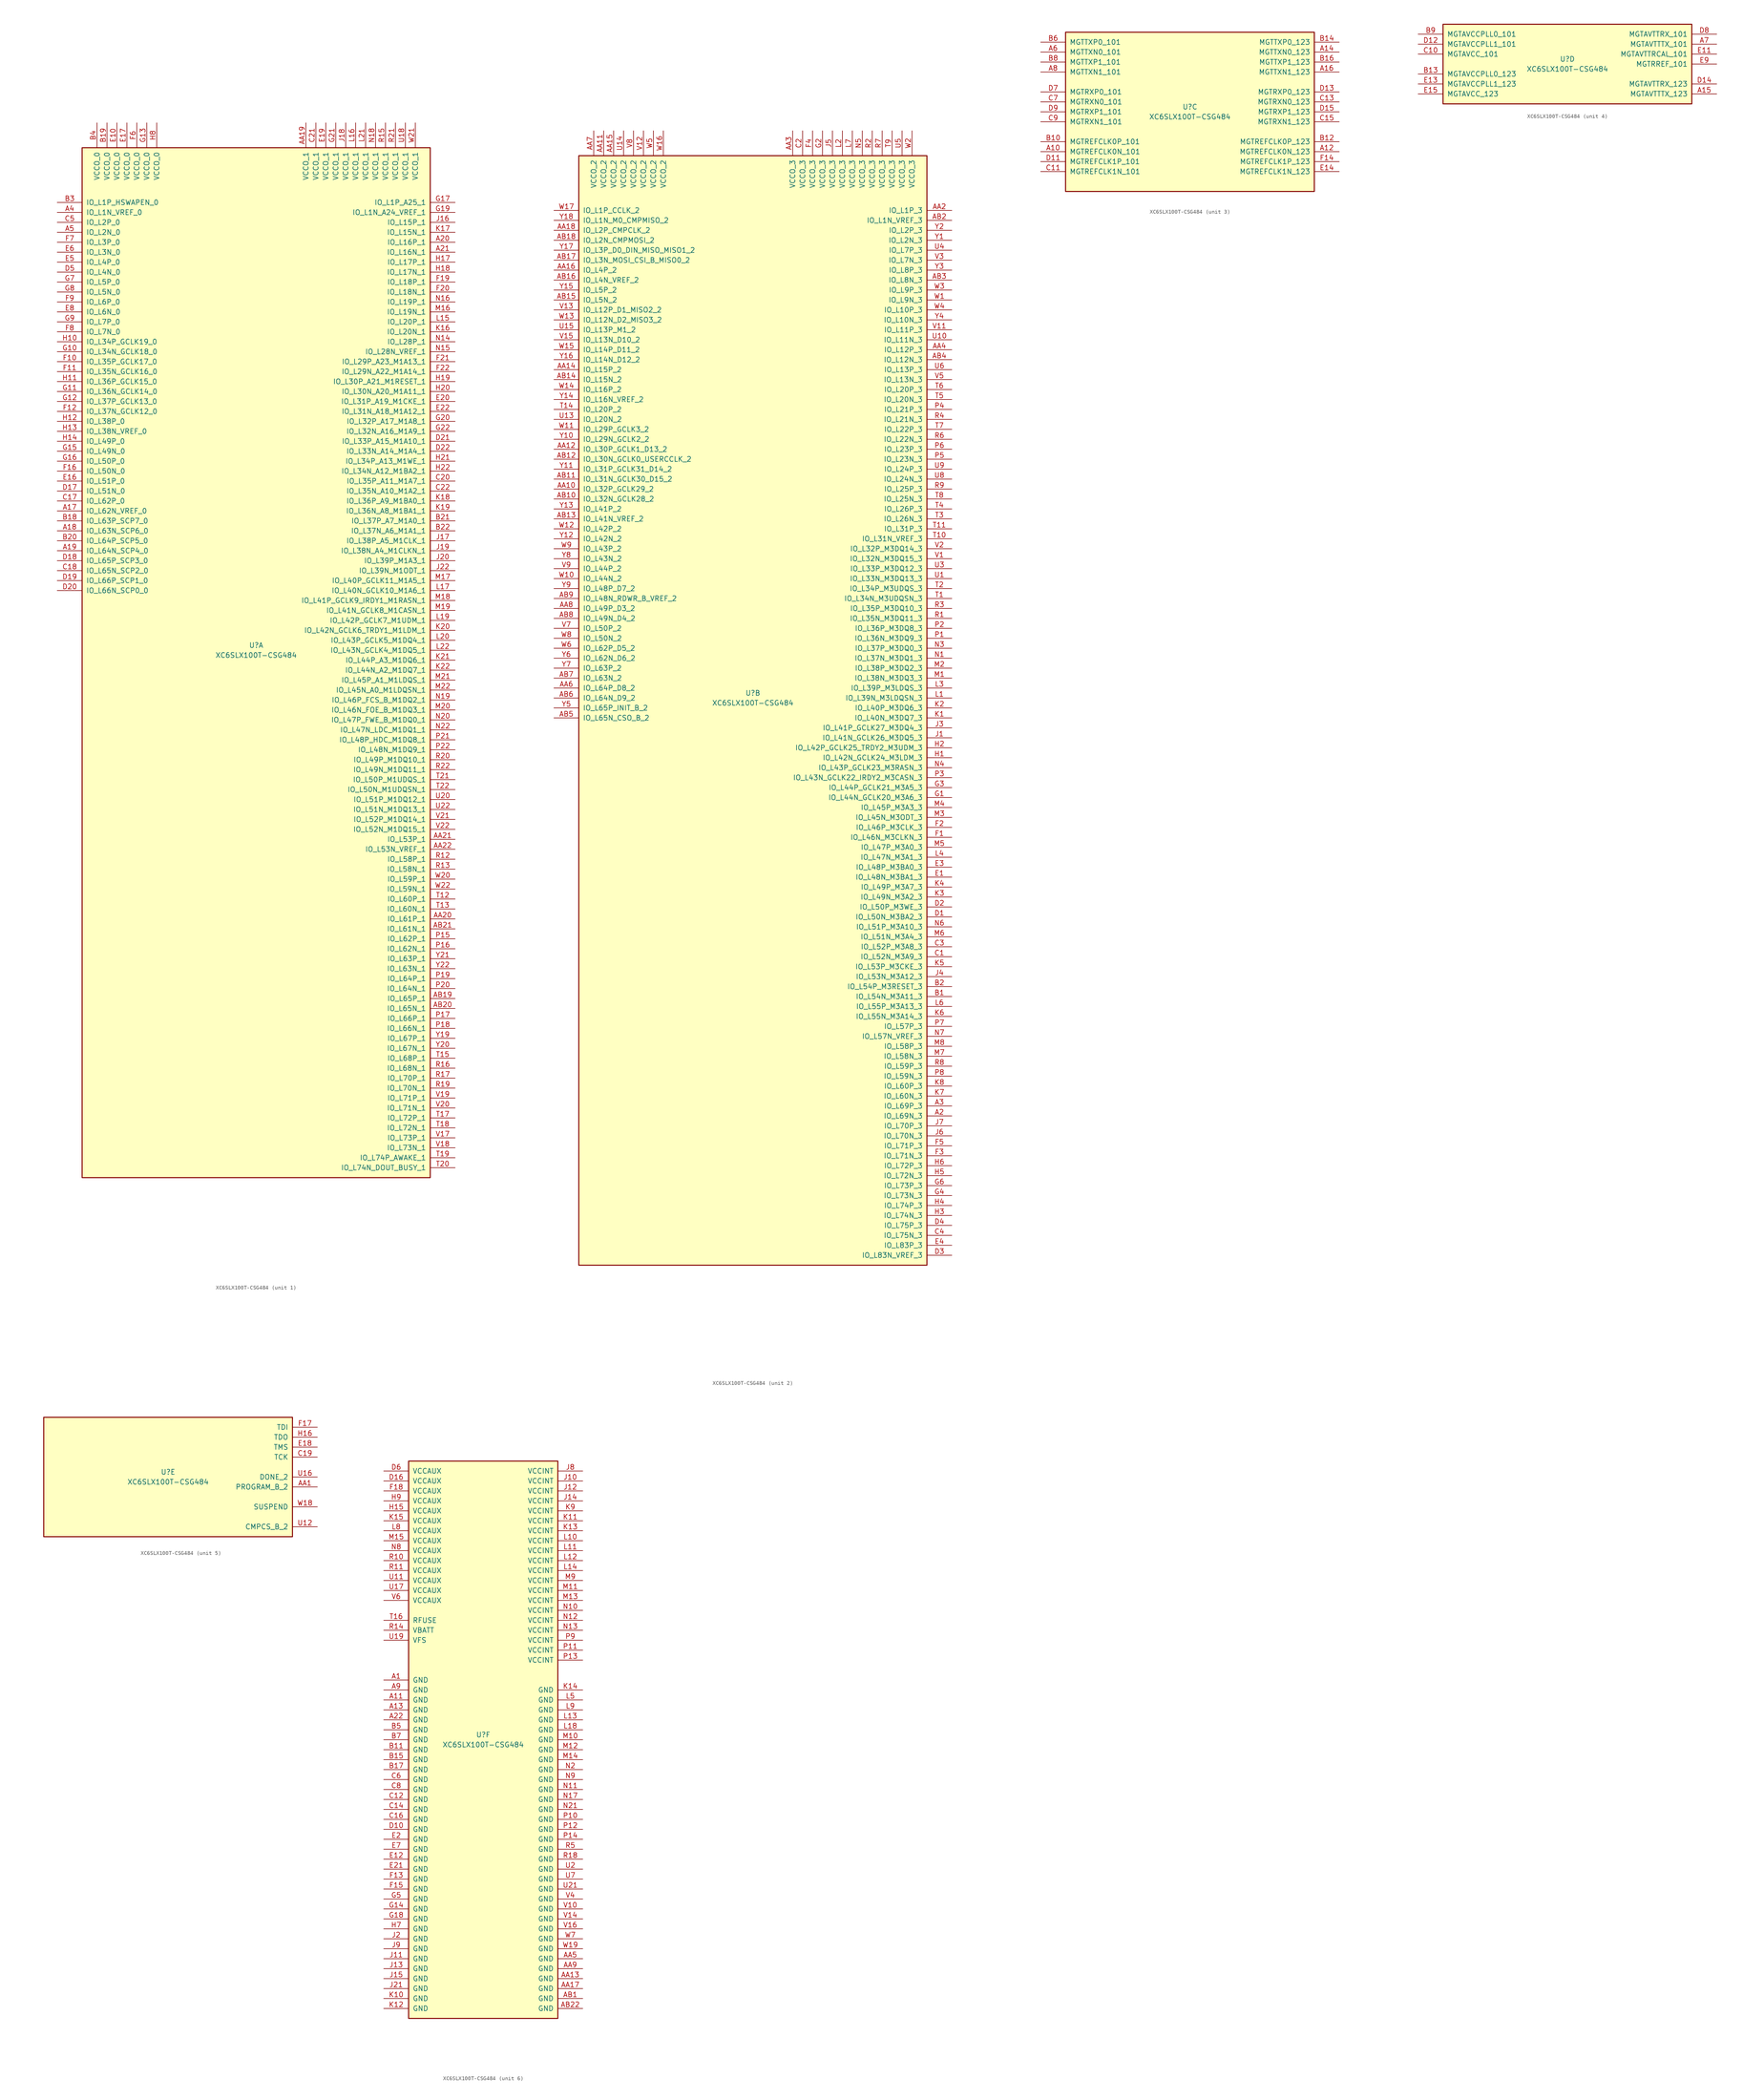
<source format=kicad_sym>
(kicad_symbol_lib
  (version 20201005)
  (generator kicad_symbol_editor)
  (symbol "XC6SLX100T-CSG484"
    (pin_names
      (offset 1.016))
    (property "Reference" "U"
      (at 0 1.27 0)
      (effects (font (size 1.27 1.27))))
    (property "Value" "XC6SLX100T-CSG484"
      (at 0 -1.27 0)
      (effects (font (size 1.27 1.27))))
    (property "Datasheet" ""
      (at 0 0 0)
      (effects (font (size 1.27 1.27))))
    (property "ki_locked" ""
      (at 0 0 0)
      (effects (font (size 1.27 1.27))))
    (symbol "XC6SLX100T-CSG484_1_1"
      (rectangle (start -44.45 128.27) (end 44.45 -134.62) (stroke (width 0.254)) (fill (type background)))
      (pin power_in line (at -40.64 134.62 270) (length 6.35) (name "VCCO_0" (effects (font (size 1.27 1.27)))) (number "B4" (effects (font (size 1.27 1.27)))))
      (pin power_in line (at -38.1 134.62 270) (length 6.35) (name "VCCO_0" (effects (font (size 1.27 1.27)))) (number "B19" (effects (font (size 1.27 1.27)))))
      (pin power_in line (at -35.56 134.62 270) (length 6.35) (name "VCCO_0" (effects (font (size 1.27 1.27)))) (number "E10" (effects (font (size 1.27 1.27)))))
      (pin power_in line (at -33.02 134.62 270) (length 6.35) (name "VCCO_0" (effects (font (size 1.27 1.27)))) (number "E17" (effects (font (size 1.27 1.27)))))
      (pin power_in line (at -30.48 134.62 270) (length 6.35) (name "VCCO_0" (effects (font (size 1.27 1.27)))) (number "F6" (effects (font (size 1.27 1.27)))))
      (pin power_in line (at -27.94 134.62 270) (length 6.35) (name "VCCO_0" (effects (font (size 1.27 1.27)))) (number "G13" (effects (font (size 1.27 1.27)))))
      (pin power_in line (at -25.4 134.62 270) (length 6.35) (name "VCCO_0" (effects (font (size 1.27 1.27)))) (number "H8" (effects (font (size 1.27 1.27)))))
      (pin bidirectional line (at -50.8 114.3 0) (length 6.35) (name "IO_L1P_HSWAPEN_0" (effects (font (size 1.27 1.27)))) (number "B3" (effects (font (size 1.27 1.27)))))
      (pin bidirectional line (at -50.8 111.76 0) (length 6.35) (name "IO_L1N_VREF_0" (effects (font (size 1.27 1.27)))) (number "A4" (effects (font (size 1.27 1.27)))))
      (pin bidirectional line (at -50.8 109.22 0) (length 6.35) (name "IO_L2P_0" (effects (font (size 1.27 1.27)))) (number "C5" (effects (font (size 1.27 1.27)))))
      (pin bidirectional line (at -50.8 106.68 0) (length 6.35) (name "IO_L2N_0" (effects (font (size 1.27 1.27)))) (number "A5" (effects (font (size 1.27 1.27)))))
      (pin bidirectional line (at -50.8 104.14 0) (length 6.35) (name "IO_L3P_0" (effects (font (size 1.27 1.27)))) (number "F7" (effects (font (size 1.27 1.27)))))
      (pin bidirectional line (at -50.8 101.6 0) (length 6.35) (name "IO_L3N_0" (effects (font (size 1.27 1.27)))) (number "E6" (effects (font (size 1.27 1.27)))))
      (pin bidirectional line (at -50.8 99.06 0) (length 6.35) (name "IO_L4P_0" (effects (font (size 1.27 1.27)))) (number "E5" (effects (font (size 1.27 1.27)))))
      (pin bidirectional line (at -50.8 96.52 0) (length 6.35) (name "IO_L4N_0" (effects (font (size 1.27 1.27)))) (number "D5" (effects (font (size 1.27 1.27)))))
      (pin bidirectional line (at -50.8 93.98 0) (length 6.35) (name "IO_L5P_0" (effects (font (size 1.27 1.27)))) (number "G7" (effects (font (size 1.27 1.27)))))
      (pin bidirectional line (at -50.8 91.44 0) (length 6.35) (name "IO_L5N_0" (effects (font (size 1.27 1.27)))) (number "G8" (effects (font (size 1.27 1.27)))))
      (pin bidirectional line (at -50.8 88.9 0) (length 6.35) (name "IO_L6P_0" (effects (font (size 1.27 1.27)))) (number "F9" (effects (font (size 1.27 1.27)))))
      (pin bidirectional line (at -50.8 86.36 0) (length 6.35) (name "IO_L6N_0" (effects (font (size 1.27 1.27)))) (number "E8" (effects (font (size 1.27 1.27)))))
      (pin bidirectional line (at -50.8 83.82 0) (length 6.35) (name "IO_L7P_0" (effects (font (size 1.27 1.27)))) (number "G9" (effects (font (size 1.27 1.27)))))
      (pin bidirectional line (at -50.8 81.28 0) (length 6.35) (name "IO_L7N_0" (effects (font (size 1.27 1.27)))) (number "F8" (effects (font (size 1.27 1.27)))))
      (pin bidirectional line (at -50.8 78.74 0) (length 6.35) (name "IO_L34P_GCLK19_0" (effects (font (size 1.27 1.27)))) (number "H10" (effects (font (size 1.27 1.27)))))
      (pin bidirectional line (at -50.8 76.2 0) (length 6.35) (name "IO_L34N_GCLK18_0" (effects (font (size 1.27 1.27)))) (number "G10" (effects (font (size 1.27 1.27)))))
      (pin bidirectional line (at -50.8 73.66 0) (length 6.35) (name "IO_L35P_GCLK17_0" (effects (font (size 1.27 1.27)))) (number "F10" (effects (font (size 1.27 1.27)))))
      (pin bidirectional line (at -50.8 71.12 0) (length 6.35) (name "IO_L35N_GCLK16_0" (effects (font (size 1.27 1.27)))) (number "F11" (effects (font (size 1.27 1.27)))))
      (pin bidirectional line (at -50.8 68.58 0) (length 6.35) (name "IO_L36P_GCLK15_0" (effects (font (size 1.27 1.27)))) (number "H11" (effects (font (size 1.27 1.27)))))
      (pin bidirectional line (at -50.8 66.04 0) (length 6.35) (name "IO_L36N_GCLK14_0" (effects (font (size 1.27 1.27)))) (number "G11" (effects (font (size 1.27 1.27)))))
      (pin bidirectional line (at -50.8 63.5 0) (length 6.35) (name "IO_L37P_GCLK13_0" (effects (font (size 1.27 1.27)))) (number "G12" (effects (font (size 1.27 1.27)))))
      (pin bidirectional line (at -50.8 60.96 0) (length 6.35) (name "IO_L37N_GCLK12_0" (effects (font (size 1.27 1.27)))) (number "F12" (effects (font (size 1.27 1.27)))))
      (pin bidirectional line (at -50.8 58.42 0) (length 6.35) (name "IO_L38P_0" (effects (font (size 1.27 1.27)))) (number "H12" (effects (font (size 1.27 1.27)))))
      (pin bidirectional line (at -50.8 55.88 0) (length 6.35) (name "IO_L38N_VREF_0" (effects (font (size 1.27 1.27)))) (number "H13" (effects (font (size 1.27 1.27)))))
      (pin bidirectional line (at -50.8 53.34 0) (length 6.35) (name "IO_L49P_0" (effects (font (size 1.27 1.27)))) (number "H14" (effects (font (size 1.27 1.27)))))
      (pin bidirectional line (at -50.8 50.8 0) (length 6.35) (name "IO_L49N_0" (effects (font (size 1.27 1.27)))) (number "G15" (effects (font (size 1.27 1.27)))))
      (pin bidirectional line (at -50.8 48.26 0) (length 6.35) (name "IO_L50P_0" (effects (font (size 1.27 1.27)))) (number "G16" (effects (font (size 1.27 1.27)))))
      (pin bidirectional line (at -50.8 45.72 0) (length 6.35) (name "IO_L50N_0" (effects (font (size 1.27 1.27)))) (number "F16" (effects (font (size 1.27 1.27)))))
      (pin bidirectional line (at -50.8 43.18 0) (length 6.35) (name "IO_L51P_0" (effects (font (size 1.27 1.27)))) (number "E16" (effects (font (size 1.27 1.27)))))
      (pin bidirectional line (at -50.8 40.64 0) (length 6.35) (name "IO_L51N_0" (effects (font (size 1.27 1.27)))) (number "D17" (effects (font (size 1.27 1.27)))))
      (pin bidirectional line (at -50.8 38.1 0) (length 6.35) (name "IO_L62P_0" (effects (font (size 1.27 1.27)))) (number "C17" (effects (font (size 1.27 1.27)))))
      (pin bidirectional line (at -50.8 35.56 0) (length 6.35) (name "IO_L62N_VREF_0" (effects (font (size 1.27 1.27)))) (number "A17" (effects (font (size 1.27 1.27)))))
      (pin bidirectional line (at -50.8 33.02 0) (length 6.35) (name "IO_L63P_SCP7_0" (effects (font (size 1.27 1.27)))) (number "B18" (effects (font (size 1.27 1.27)))))
      (pin bidirectional line (at -50.8 30.48 0) (length 6.35) (name "IO_L63N_SCP6_0" (effects (font (size 1.27 1.27)))) (number "A18" (effects (font (size 1.27 1.27)))))
      (pin bidirectional line (at -50.8 27.94 0) (length 6.35) (name "IO_L64P_SCP5_0" (effects (font (size 1.27 1.27)))) (number "B20" (effects (font (size 1.27 1.27)))))
      (pin bidirectional line (at -50.8 25.4 0) (length 6.35) (name "IO_L64N_SCP4_0" (effects (font (size 1.27 1.27)))) (number "A19" (effects (font (size 1.27 1.27)))))
      (pin bidirectional line (at -50.8 22.86 0) (length 6.35) (name "IO_L65P_SCP3_0" (effects (font (size 1.27 1.27)))) (number "D18" (effects (font (size 1.27 1.27)))))
      (pin bidirectional line (at -50.8 20.32 0) (length 6.35) (name "IO_L65N_SCP2_0" (effects (font (size 1.27 1.27)))) (number "C18" (effects (font (size 1.27 1.27)))))
      (pin bidirectional line (at -50.8 17.78 0) (length 6.35) (name "IO_L66P_SCP1_0" (effects (font (size 1.27 1.27)))) (number "D19" (effects (font (size 1.27 1.27)))))
      (pin bidirectional line (at -50.8 15.24 0) (length 6.35) (name "IO_L66N_SCP0_0" (effects (font (size 1.27 1.27)))) (number "D20" (effects (font (size 1.27 1.27)))))
      (pin power_in line (at 12.7 134.62 270) (length 6.35) (name "VCCO_1" (effects (font (size 1.27 1.27)))) (number "AA19" (effects (font (size 1.27 1.27)))))
      (pin power_in line (at 15.24 134.62 270) (length 6.35) (name "VCCO_1" (effects (font (size 1.27 1.27)))) (number "C21" (effects (font (size 1.27 1.27)))))
      (pin power_in line (at 17.78 134.62 270) (length 6.35) (name "VCCO_1" (effects (font (size 1.27 1.27)))) (number "E19" (effects (font (size 1.27 1.27)))))
      (pin power_in line (at 20.32 134.62 270) (length 6.35) (name "VCCO_1" (effects (font (size 1.27 1.27)))) (number "G21" (effects (font (size 1.27 1.27)))))
      (pin power_in line (at 22.86 134.62 270) (length 6.35) (name "VCCO_1" (effects (font (size 1.27 1.27)))) (number "J18" (effects (font (size 1.27 1.27)))))
      (pin power_in line (at 25.4 134.62 270) (length 6.35) (name "VCCO_1" (effects (font (size 1.27 1.27)))) (number "L16" (effects (font (size 1.27 1.27)))))
      (pin power_in line (at 27.94 134.62 270) (length 6.35) (name "VCCO_1" (effects (font (size 1.27 1.27)))) (number "L21" (effects (font (size 1.27 1.27)))))
      (pin power_in line (at 30.48 134.62 270) (length 6.35) (name "VCCO_1" (effects (font (size 1.27 1.27)))) (number "N18" (effects (font (size 1.27 1.27)))))
      (pin power_in line (at 33.02 134.62 270) (length 6.35) (name "VCCO_1" (effects (font (size 1.27 1.27)))) (number "R15" (effects (font (size 1.27 1.27)))))
      (pin power_in line (at 35.56 134.62 270) (length 6.35) (name "VCCO_1" (effects (font (size 1.27 1.27)))) (number "R21" (effects (font (size 1.27 1.27)))))
      (pin power_in line (at 38.1 134.62 270) (length 6.35) (name "VCCO_1" (effects (font (size 1.27 1.27)))) (number "U18" (effects (font (size 1.27 1.27)))))
      (pin power_in line (at 40.64 134.62 270) (length 6.35) (name "VCCO_1" (effects (font (size 1.27 1.27)))) (number "W21" (effects (font (size 1.27 1.27)))))
      (pin bidirectional line (at 50.8 114.3 180) (length 6.35) (name "IO_L1P_A25_1" (effects (font (size 1.27 1.27)))) (number "G17" (effects (font (size 1.27 1.27)))))
      (pin bidirectional line (at 50.8 111.76 180) (length 6.35) (name "IO_L1N_A24_VREF_1" (effects (font (size 1.27 1.27)))) (number "G19" (effects (font (size 1.27 1.27)))))
      (pin bidirectional line (at 50.8 109.22 180) (length 6.35) (name "IO_L15P_1" (effects (font (size 1.27 1.27)))) (number "J16" (effects (font (size 1.27 1.27)))))
      (pin bidirectional line (at 50.8 106.68 180) (length 6.35) (name "IO_L15N_1" (effects (font (size 1.27 1.27)))) (number "K17" (effects (font (size 1.27 1.27)))))
      (pin bidirectional line (at 50.8 104.14 180) (length 6.35) (name "IO_L16P_1" (effects (font (size 1.27 1.27)))) (number "A20" (effects (font (size 1.27 1.27)))))
      (pin bidirectional line (at 50.8 101.6 180) (length 6.35) (name "IO_L16N_1" (effects (font (size 1.27 1.27)))) (number "A21" (effects (font (size 1.27 1.27)))))
      (pin bidirectional line (at 50.8 99.06 180) (length 6.35) (name "IO_L17P_1" (effects (font (size 1.27 1.27)))) (number "H17" (effects (font (size 1.27 1.27)))))
      (pin bidirectional line (at 50.8 96.52 180) (length 6.35) (name "IO_L17N_1" (effects (font (size 1.27 1.27)))) (number "H18" (effects (font (size 1.27 1.27)))))
      (pin bidirectional line (at 50.8 93.98 180) (length 6.35) (name "IO_L18P_1" (effects (font (size 1.27 1.27)))) (number "F19" (effects (font (size 1.27 1.27)))))
      (pin bidirectional line (at 50.8 91.44 180) (length 6.35) (name "IO_L18N_1" (effects (font (size 1.27 1.27)))) (number "F20" (effects (font (size 1.27 1.27)))))
      (pin bidirectional line (at 50.8 88.9 180) (length 6.35) (name "IO_L19P_1" (effects (font (size 1.27 1.27)))) (number "N16" (effects (font (size 1.27 1.27)))))
      (pin bidirectional line (at 50.8 86.36 180) (length 6.35) (name "IO_L19N_1" (effects (font (size 1.27 1.27)))) (number "M16" (effects (font (size 1.27 1.27)))))
      (pin bidirectional line (at 50.8 83.82 180) (length 6.35) (name "IO_L20P_1" (effects (font (size 1.27 1.27)))) (number "L15" (effects (font (size 1.27 1.27)))))
      (pin bidirectional line (at 50.8 81.28 180) (length 6.35) (name "IO_L20N_1" (effects (font (size 1.27 1.27)))) (number "K16" (effects (font (size 1.27 1.27)))))
      (pin bidirectional line (at 50.8 78.74 180) (length 6.35) (name "IO_L28P_1" (effects (font (size 1.27 1.27)))) (number "N14" (effects (font (size 1.27 1.27)))))
      (pin bidirectional line (at 50.8 76.2 180) (length 6.35) (name "IO_L28N_VREF_1" (effects (font (size 1.27 1.27)))) (number "N15" (effects (font (size 1.27 1.27)))))
      (pin bidirectional line (at 50.8 73.66 180) (length 6.35) (name "IO_L29P_A23_M1A13_1" (effects (font (size 1.27 1.27)))) (number "F21" (effects (font (size 1.27 1.27)))))
      (pin bidirectional line (at 50.8 71.12 180) (length 6.35) (name "IO_L29N_A22_M1A14_1" (effects (font (size 1.27 1.27)))) (number "F22" (effects (font (size 1.27 1.27)))))
      (pin bidirectional line (at 50.8 68.58 180) (length 6.35) (name "IO_L30P_A21_M1RESET_1" (effects (font (size 1.27 1.27)))) (number "H19" (effects (font (size 1.27 1.27)))))
      (pin bidirectional line (at 50.8 66.04 180) (length 6.35) (name "IO_L30N_A20_M1A11_1" (effects (font (size 1.27 1.27)))) (number "H20" (effects (font (size 1.27 1.27)))))
      (pin bidirectional line (at 50.8 63.5 180) (length 6.35) (name "IO_L31P_A19_M1CKE_1" (effects (font (size 1.27 1.27)))) (number "E20" (effects (font (size 1.27 1.27)))))
      (pin bidirectional line (at 50.8 60.96 180) (length 6.35) (name "IO_L31N_A18_M1A12_1" (effects (font (size 1.27 1.27)))) (number "E22" (effects (font (size 1.27 1.27)))))
      (pin bidirectional line (at 50.8 58.42 180) (length 6.35) (name "IO_L32P_A17_M1A8_1" (effects (font (size 1.27 1.27)))) (number "G20" (effects (font (size 1.27 1.27)))))
      (pin bidirectional line (at 50.8 55.88 180) (length 6.35) (name "IO_L32N_A16_M1A9_1" (effects (font (size 1.27 1.27)))) (number "G22" (effects (font (size 1.27 1.27)))))
      (pin bidirectional line (at 50.8 53.34 180) (length 6.35) (name "IO_L33P_A15_M1A10_1" (effects (font (size 1.27 1.27)))) (number "D21" (effects (font (size 1.27 1.27)))))
      (pin bidirectional line (at 50.8 50.8 180) (length 6.35) (name "IO_L33N_A14_M1A4_1" (effects (font (size 1.27 1.27)))) (number "D22" (effects (font (size 1.27 1.27)))))
      (pin bidirectional line (at 50.8 48.26 180) (length 6.35) (name "IO_L34P_A13_M1WE_1" (effects (font (size 1.27 1.27)))) (number "H21" (effects (font (size 1.27 1.27)))))
      (pin bidirectional line (at 50.8 45.72 180) (length 6.35) (name "IO_L34N_A12_M1BA2_1" (effects (font (size 1.27 1.27)))) (number "H22" (effects (font (size 1.27 1.27)))))
      (pin bidirectional line (at 50.8 43.18 180) (length 6.35) (name "IO_L35P_A11_M1A7_1" (effects (font (size 1.27 1.27)))) (number "C20" (effects (font (size 1.27 1.27)))))
      (pin bidirectional line (at 50.8 40.64 180) (length 6.35) (name "IO_L35N_A10_M1A2_1" (effects (font (size 1.27 1.27)))) (number "C22" (effects (font (size 1.27 1.27)))))
      (pin bidirectional line (at 50.8 38.1 180) (length 6.35) (name "IO_L36P_A9_M1BA0_1" (effects (font (size 1.27 1.27)))) (number "K18" (effects (font (size 1.27 1.27)))))
      (pin bidirectional line (at 50.8 35.56 180) (length 6.35) (name "IO_L36N_A8_M1BA1_1" (effects (font (size 1.27 1.27)))) (number "K19" (effects (font (size 1.27 1.27)))))
      (pin bidirectional line (at 50.8 33.02 180) (length 6.35) (name "IO_L37P_A7_M1A0_1" (effects (font (size 1.27 1.27)))) (number "B21" (effects (font (size 1.27 1.27)))))
      (pin bidirectional line (at 50.8 30.48 180) (length 6.35) (name "IO_L37N_A6_M1A1_1" (effects (font (size 1.27 1.27)))) (number "B22" (effects (font (size 1.27 1.27)))))
      (pin bidirectional line (at 50.8 27.94 180) (length 6.35) (name "IO_L38P_A5_M1CLK_1" (effects (font (size 1.27 1.27)))) (number "J17" (effects (font (size 1.27 1.27)))))
      (pin bidirectional line (at 50.8 25.4 180) (length 6.35) (name "IO_L38N_A4_M1CLKN_1" (effects (font (size 1.27 1.27)))) (number "J19" (effects (font (size 1.27 1.27)))))
      (pin bidirectional line (at 50.8 22.86 180) (length 6.35) (name "IO_L39P_M1A3_1" (effects (font (size 1.27 1.27)))) (number "J20" (effects (font (size 1.27 1.27)))))
      (pin bidirectional line (at 50.8 20.32 180) (length 6.35) (name "IO_L39N_M1ODT_1" (effects (font (size 1.27 1.27)))) (number "J22" (effects (font (size 1.27 1.27)))))
      (pin bidirectional line (at 50.8 17.78 180) (length 6.35) (name "IO_L40P_GCLK11_M1A5_1" (effects (font (size 1.27 1.27)))) (number "M17" (effects (font (size 1.27 1.27)))))
      (pin bidirectional line (at 50.8 15.24 180) (length 6.35) (name "IO_L40N_GCLK10_M1A6_1" (effects (font (size 1.27 1.27)))) (number "L17" (effects (font (size 1.27 1.27)))))
      (pin bidirectional line (at 50.8 12.7 180) (length 6.35) (name "IO_L41P_GCLK9_IRDY1_M1RASN_1" (effects (font (size 1.27 1.27)))) (number "M18" (effects (font (size 1.27 1.27)))))
      (pin bidirectional line (at 50.8 10.16 180) (length 6.35) (name "IO_L41N_GCLK8_M1CASN_1" (effects (font (size 1.27 1.27)))) (number "M19" (effects (font (size 1.27 1.27)))))
      (pin bidirectional line (at 50.8 7.62 180) (length 6.35) (name "IO_L42P_GCLK7_M1UDM_1" (effects (font (size 1.27 1.27)))) (number "L19" (effects (font (size 1.27 1.27)))))
      (pin bidirectional line (at 50.8 5.08 180) (length 6.35) (name "IO_L42N_GCLK6_TRDY1_M1LDM_1" (effects (font (size 1.27 1.27)))) (number "K20" (effects (font (size 1.27 1.27)))))
      (pin bidirectional line (at 50.8 2.54 180) (length 6.35) (name "IO_L43P_GCLK5_M1DQ4_1" (effects (font (size 1.27 1.27)))) (number "L20" (effects (font (size 1.27 1.27)))))
      (pin bidirectional line (at 50.8 0 180) (length 6.35) (name "IO_L43N_GCLK4_M1DQ5_1" (effects (font (size 1.27 1.27)))) (number "L22" (effects (font (size 1.27 1.27)))))
      (pin bidirectional line (at 50.8 -2.54 180) (length 6.35) (name "IO_L44P_A3_M1DQ6_1" (effects (font (size 1.27 1.27)))) (number "K21" (effects (font (size 1.27 1.27)))))
      (pin bidirectional line (at 50.8 -5.08 180) (length 6.35) (name "IO_L44N_A2_M1DQ7_1" (effects (font (size 1.27 1.27)))) (number "K22" (effects (font (size 1.27 1.27)))))
      (pin bidirectional line (at 50.8 -7.62 180) (length 6.35) (name "IO_L45P_A1_M1LDQS_1" (effects (font (size 1.27 1.27)))) (number "M21" (effects (font (size 1.27 1.27)))))
      (pin bidirectional line (at 50.8 -10.16 180) (length 6.35) (name "IO_L45N_A0_M1LDQSN_1" (effects (font (size 1.27 1.27)))) (number "M22" (effects (font (size 1.27 1.27)))))
      (pin bidirectional line (at 50.8 -12.7 180) (length 6.35) (name "IO_L46P_FCS_B_M1DQ2_1" (effects (font (size 1.27 1.27)))) (number "N19" (effects (font (size 1.27 1.27)))))
      (pin bidirectional line (at 50.8 -15.24 180) (length 6.35) (name "IO_L46N_FOE_B_M1DQ3_1" (effects (font (size 1.27 1.27)))) (number "M20" (effects (font (size 1.27 1.27)))))
      (pin bidirectional line (at 50.8 -17.78 180) (length 6.35) (name "IO_L47P_FWE_B_M1DQ0_1" (effects (font (size 1.27 1.27)))) (number "N20" (effects (font (size 1.27 1.27)))))
      (pin bidirectional line (at 50.8 -20.32 180) (length 6.35) (name "IO_L47N_LDC_M1DQ1_1" (effects (font (size 1.27 1.27)))) (number "N22" (effects (font (size 1.27 1.27)))))
      (pin bidirectional line (at 50.8 -22.86 180) (length 6.35) (name "IO_L48P_HDC_M1DQ8_1" (effects (font (size 1.27 1.27)))) (number "P21" (effects (font (size 1.27 1.27)))))
      (pin bidirectional line (at 50.8 -25.4 180) (length 6.35) (name "IO_L48N_M1DQ9_1" (effects (font (size 1.27 1.27)))) (number "P22" (effects (font (size 1.27 1.27)))))
      (pin bidirectional line (at 50.8 -27.94 180) (length 6.35) (name "IO_L49P_M1DQ10_1" (effects (font (size 1.27 1.27)))) (number "R20" (effects (font (size 1.27 1.27)))))
      (pin bidirectional line (at 50.8 -30.48 180) (length 6.35) (name "IO_L49N_M1DQ11_1" (effects (font (size 1.27 1.27)))) (number "R22" (effects (font (size 1.27 1.27)))))
      (pin bidirectional line (at 50.8 -33.02 180) (length 6.35) (name "IO_L50P_M1UDQS_1" (effects (font (size 1.27 1.27)))) (number "T21" (effects (font (size 1.27 1.27)))))
      (pin bidirectional line (at 50.8 -35.56 180) (length 6.35) (name "IO_L50N_M1UDQSN_1" (effects (font (size 1.27 1.27)))) (number "T22" (effects (font (size 1.27 1.27)))))
      (pin bidirectional line (at 50.8 -38.1 180) (length 6.35) (name "IO_L51P_M1DQ12_1" (effects (font (size 1.27 1.27)))) (number "U20" (effects (font (size 1.27 1.27)))))
      (pin bidirectional line (at 50.8 -40.64 180) (length 6.35) (name "IO_L51N_M1DQ13_1" (effects (font (size 1.27 1.27)))) (number "U22" (effects (font (size 1.27 1.27)))))
      (pin bidirectional line (at 50.8 -43.18 180) (length 6.35) (name "IO_L52P_M1DQ14_1" (effects (font (size 1.27 1.27)))) (number "V21" (effects (font (size 1.27 1.27)))))
      (pin bidirectional line (at 50.8 -45.72 180) (length 6.35) (name "IO_L52N_M1DQ15_1" (effects (font (size 1.27 1.27)))) (number "V22" (effects (font (size 1.27 1.27)))))
      (pin bidirectional line (at 50.8 -48.26 180) (length 6.35) (name "IO_L53P_1" (effects (font (size 1.27 1.27)))) (number "AA21" (effects (font (size 1.27 1.27)))))
      (pin bidirectional line (at 50.8 -50.8 180) (length 6.35) (name "IO_L53N_VREF_1" (effects (font (size 1.27 1.27)))) (number "AA22" (effects (font (size 1.27 1.27)))))
      (pin bidirectional line (at 50.8 -53.34 180) (length 6.35) (name "IO_L58P_1" (effects (font (size 1.27 1.27)))) (number "R12" (effects (font (size 1.27 1.27)))))
      (pin bidirectional line (at 50.8 -55.88 180) (length 6.35) (name "IO_L58N_1" (effects (font (size 1.27 1.27)))) (number "R13" (effects (font (size 1.27 1.27)))))
      (pin bidirectional line (at 50.8 -58.42 180) (length 6.35) (name "IO_L59P_1" (effects (font (size 1.27 1.27)))) (number "W20" (effects (font (size 1.27 1.27)))))
      (pin bidirectional line (at 50.8 -60.96 180) (length 6.35) (name "IO_L59N_1" (effects (font (size 1.27 1.27)))) (number "W22" (effects (font (size 1.27 1.27)))))
      (pin bidirectional line (at 50.8 -63.5 180) (length 6.35) (name "IO_L60P_1" (effects (font (size 1.27 1.27)))) (number "T12" (effects (font (size 1.27 1.27)))))
      (pin bidirectional line (at 50.8 -66.04 180) (length 6.35) (name "IO_L60N_1" (effects (font (size 1.27 1.27)))) (number "T13" (effects (font (size 1.27 1.27)))))
      (pin bidirectional line (at 50.8 -68.58 180) (length 6.35) (name "IO_L61P_1" (effects (font (size 1.27 1.27)))) (number "AA20" (effects (font (size 1.27 1.27)))))
      (pin bidirectional line (at 50.8 -71.12 180) (length 6.35) (name "IO_L61N_1" (effects (font (size 1.27 1.27)))) (number "AB21" (effects (font (size 1.27 1.27)))))
      (pin bidirectional line (at 50.8 -73.66 180) (length 6.35) (name "IO_L62P_1" (effects (font (size 1.27 1.27)))) (number "P15" (effects (font (size 1.27 1.27)))))
      (pin bidirectional line (at 50.8 -76.2 180) (length 6.35) (name "IO_L62N_1" (effects (font (size 1.27 1.27)))) (number "P16" (effects (font (size 1.27 1.27)))))
      (pin bidirectional line (at 50.8 -78.74 180) (length 6.35) (name "IO_L63P_1" (effects (font (size 1.27 1.27)))) (number "Y21" (effects (font (size 1.27 1.27)))))
      (pin bidirectional line (at 50.8 -81.28 180) (length 6.35) (name "IO_L63N_1" (effects (font (size 1.27 1.27)))) (number "Y22" (effects (font (size 1.27 1.27)))))
      (pin bidirectional line (at 50.8 -83.82 180) (length 6.35) (name "IO_L64P_1" (effects (font (size 1.27 1.27)))) (number "P19" (effects (font (size 1.27 1.27)))))
      (pin bidirectional line (at 50.8 -86.36 180) (length 6.35) (name "IO_L64N_1" (effects (font (size 1.27 1.27)))) (number "P20" (effects (font (size 1.27 1.27)))))
      (pin bidirectional line (at 50.8 -88.9 180) (length 6.35) (name "IO_L65P_1" (effects (font (size 1.27 1.27)))) (number "AB19" (effects (font (size 1.27 1.27)))))
      (pin bidirectional line (at 50.8 -91.44 180) (length 6.35) (name "IO_L65N_1" (effects (font (size 1.27 1.27)))) (number "AB20" (effects (font (size 1.27 1.27)))))
      (pin bidirectional line (at 50.8 -93.98 180) (length 6.35) (name "IO_L66P_1" (effects (font (size 1.27 1.27)))) (number "P17" (effects (font (size 1.27 1.27)))))
      (pin bidirectional line (at 50.8 -96.52 180) (length 6.35) (name "IO_L66N_1" (effects (font (size 1.27 1.27)))) (number "P18" (effects (font (size 1.27 1.27)))))
      (pin bidirectional line (at 50.8 -99.06 180) (length 6.35) (name "IO_L67P_1" (effects (font (size 1.27 1.27)))) (number "Y19" (effects (font (size 1.27 1.27)))))
      (pin bidirectional line (at 50.8 -101.6 180) (length 6.35) (name "IO_L67N_1" (effects (font (size 1.27 1.27)))) (number "Y20" (effects (font (size 1.27 1.27)))))
      (pin bidirectional line (at 50.8 -104.14 180) (length 6.35) (name "IO_L68P_1" (effects (font (size 1.27 1.27)))) (number "T15" (effects (font (size 1.27 1.27)))))
      (pin bidirectional line (at 50.8 -106.68 180) (length 6.35) (name "IO_L68N_1" (effects (font (size 1.27 1.27)))) (number "R16" (effects (font (size 1.27 1.27)))))
      (pin bidirectional line (at 50.8 -109.22 180) (length 6.35) (name "IO_L70P_1" (effects (font (size 1.27 1.27)))) (number "R17" (effects (font (size 1.27 1.27)))))
      (pin bidirectional line (at 50.8 -111.76 180) (length 6.35) (name "IO_L70N_1" (effects (font (size 1.27 1.27)))) (number "R19" (effects (font (size 1.27 1.27)))))
      (pin bidirectional line (at 50.8 -114.3 180) (length 6.35) (name "IO_L71P_1" (effects (font (size 1.27 1.27)))) (number "V19" (effects (font (size 1.27 1.27)))))
      (pin bidirectional line (at 50.8 -116.84 180) (length 6.35) (name "IO_L71N_1" (effects (font (size 1.27 1.27)))) (number "V20" (effects (font (size 1.27 1.27)))))
      (pin bidirectional line (at 50.8 -119.38 180) (length 6.35) (name "IO_L72P_1" (effects (font (size 1.27 1.27)))) (number "T17" (effects (font (size 1.27 1.27)))))
      (pin bidirectional line (at 50.8 -121.92 180) (length 6.35) (name "IO_L72N_1" (effects (font (size 1.27 1.27)))) (number "T18" (effects (font (size 1.27 1.27)))))
      (pin bidirectional line (at 50.8 -124.46 180) (length 6.35) (name "IO_L73P_1" (effects (font (size 1.27 1.27)))) (number "V17" (effects (font (size 1.27 1.27)))))
      (pin bidirectional line (at 50.8 -127 180) (length 6.35) (name "IO_L73N_1" (effects (font (size 1.27 1.27)))) (number "V18" (effects (font (size 1.27 1.27)))))
      (pin bidirectional line (at 50.8 -129.54 180) (length 6.35) (name "IO_L74P_AWAKE_1" (effects (font (size 1.27 1.27)))) (number "T19" (effects (font (size 1.27 1.27)))))
      (pin bidirectional line (at 50.8 -132.08 180) (length 6.35) (name "IO_L74N_DOUT_BUSY_1" (effects (font (size 1.27 1.27)))) (number "T20" (effects (font (size 1.27 1.27))))))
    (symbol "XC6SLX100T-CSG484_2_1"
      (rectangle (start -44.45 138.43) (end 44.45 -144.78) (stroke (width 0.254)) (fill (type background)))
      (pin power_in line (at -40.64 144.78 270) (length 6.35) (name "VCCO_2" (effects (font (size 1.27 1.27)))) (number "AA7" (effects (font (size 1.27 1.27)))))
      (pin power_in line (at -38.1 144.78 270) (length 6.35) (name "VCCO_2" (effects (font (size 1.27 1.27)))) (number "AA11" (effects (font (size 1.27 1.27)))))
      (pin power_in line (at -35.56 144.78 270) (length 6.35) (name "VCCO_2" (effects (font (size 1.27 1.27)))) (number "AA15" (effects (font (size 1.27 1.27)))))
      (pin power_in line (at -33.02 144.78 270) (length 6.35) (name "VCCO_2" (effects (font (size 1.27 1.27)))) (number "U14" (effects (font (size 1.27 1.27)))))
      (pin power_in line (at -30.48 144.78 270) (length 6.35) (name "VCCO_2" (effects (font (size 1.27 1.27)))) (number "V8" (effects (font (size 1.27 1.27)))))
      (pin power_in line (at -27.94 144.78 270) (length 6.35) (name "VCCO_2" (effects (font (size 1.27 1.27)))) (number "V12" (effects (font (size 1.27 1.27)))))
      (pin power_in line (at -25.4 144.78 270) (length 6.35) (name "VCCO_2" (effects (font (size 1.27 1.27)))) (number "W5" (effects (font (size 1.27 1.27)))))
      (pin power_in line (at -22.86 144.78 270) (length 6.35) (name "VCCO_2" (effects (font (size 1.27 1.27)))) (number "W16" (effects (font (size 1.27 1.27)))))
      (pin bidirectional line (at -50.8 124.46 0) (length 6.35) (name "IO_L1P_CCLK_2" (effects (font (size 1.27 1.27)))) (number "W17" (effects (font (size 1.27 1.27)))))
      (pin bidirectional line (at -50.8 121.92 0) (length 6.35) (name "IO_L1N_M0_CMPMISO_2" (effects (font (size 1.27 1.27)))) (number "Y18" (effects (font (size 1.27 1.27)))))
      (pin bidirectional line (at -50.8 119.38 0) (length 6.35) (name "IO_L2P_CMPCLK_2" (effects (font (size 1.27 1.27)))) (number "AA18" (effects (font (size 1.27 1.27)))))
      (pin bidirectional line (at -50.8 116.84 0) (length 6.35) (name "IO_L2N_CMPMOSI_2" (effects (font (size 1.27 1.27)))) (number "AB18" (effects (font (size 1.27 1.27)))))
      (pin bidirectional line (at -50.8 114.3 0) (length 6.35) (name "IO_L3P_D0_DIN_MISO_MISO1_2" (effects (font (size 1.27 1.27)))) (number "Y17" (effects (font (size 1.27 1.27)))))
      (pin bidirectional line (at -50.8 111.76 0) (length 6.35) (name "IO_L3N_MOSI_CSI_B_MISO0_2" (effects (font (size 1.27 1.27)))) (number "AB17" (effects (font (size 1.27 1.27)))))
      (pin bidirectional line (at -50.8 109.22 0) (length 6.35) (name "IO_L4P_2" (effects (font (size 1.27 1.27)))) (number "AA16" (effects (font (size 1.27 1.27)))))
      (pin bidirectional line (at -50.8 106.68 0) (length 6.35) (name "IO_L4N_VREF_2" (effects (font (size 1.27 1.27)))) (number "AB16" (effects (font (size 1.27 1.27)))))
      (pin bidirectional line (at -50.8 104.14 0) (length 6.35) (name "IO_L5P_2" (effects (font (size 1.27 1.27)))) (number "Y15" (effects (font (size 1.27 1.27)))))
      (pin bidirectional line (at -50.8 101.6 0) (length 6.35) (name "IO_L5N_2" (effects (font (size 1.27 1.27)))) (number "AB15" (effects (font (size 1.27 1.27)))))
      (pin bidirectional line (at -50.8 99.06 0) (length 6.35) (name "IO_L12P_D1_MISO2_2" (effects (font (size 1.27 1.27)))) (number "V13" (effects (font (size 1.27 1.27)))))
      (pin bidirectional line (at -50.8 96.52 0) (length 6.35) (name "IO_L12N_D2_MISO3_2" (effects (font (size 1.27 1.27)))) (number "W13" (effects (font (size 1.27 1.27)))))
      (pin bidirectional line (at -50.8 93.98 0) (length 6.35) (name "IO_L13P_M1_2" (effects (font (size 1.27 1.27)))) (number "U15" (effects (font (size 1.27 1.27)))))
      (pin bidirectional line (at -50.8 91.44 0) (length 6.35) (name "IO_L13N_D10_2" (effects (font (size 1.27 1.27)))) (number "V15" (effects (font (size 1.27 1.27)))))
      (pin bidirectional line (at -50.8 88.9 0) (length 6.35) (name "IO_L14P_D11_2" (effects (font (size 1.27 1.27)))) (number "W15" (effects (font (size 1.27 1.27)))))
      (pin bidirectional line (at -50.8 86.36 0) (length 6.35) (name "IO_L14N_D12_2" (effects (font (size 1.27 1.27)))) (number "Y16" (effects (font (size 1.27 1.27)))))
      (pin bidirectional line (at -50.8 83.82 0) (length 6.35) (name "IO_L15P_2" (effects (font (size 1.27 1.27)))) (number "AA14" (effects (font (size 1.27 1.27)))))
      (pin bidirectional line (at -50.8 81.28 0) (length 6.35) (name "IO_L15N_2" (effects (font (size 1.27 1.27)))) (number "AB14" (effects (font (size 1.27 1.27)))))
      (pin bidirectional line (at -50.8 78.74 0) (length 6.35) (name "IO_L16P_2" (effects (font (size 1.27 1.27)))) (number "W14" (effects (font (size 1.27 1.27)))))
      (pin bidirectional line (at -50.8 76.2 0) (length 6.35) (name "IO_L16N_VREF_2" (effects (font (size 1.27 1.27)))) (number "Y14" (effects (font (size 1.27 1.27)))))
      (pin bidirectional line (at -50.8 73.66 0) (length 6.35) (name "IO_L20P_2" (effects (font (size 1.27 1.27)))) (number "T14" (effects (font (size 1.27 1.27)))))
      (pin bidirectional line (at -50.8 71.12 0) (length 6.35) (name "IO_L20N_2" (effects (font (size 1.27 1.27)))) (number "U13" (effects (font (size 1.27 1.27)))))
      (pin bidirectional line (at -50.8 68.58 0) (length 6.35) (name "IO_L29P_GCLK3_2" (effects (font (size 1.27 1.27)))) (number "W11" (effects (font (size 1.27 1.27)))))
      (pin bidirectional line (at -50.8 66.04 0) (length 6.35) (name "IO_L29N_GCLK2_2" (effects (font (size 1.27 1.27)))) (number "Y10" (effects (font (size 1.27 1.27)))))
      (pin bidirectional line (at -50.8 63.5 0) (length 6.35) (name "IO_L30P_GCLK1_D13_2" (effects (font (size 1.27 1.27)))) (number "AA12" (effects (font (size 1.27 1.27)))))
      (pin bidirectional line (at -50.8 60.96 0) (length 6.35) (name "IO_L30N_GCLK0_USERCCLK_2" (effects (font (size 1.27 1.27)))) (number "AB12" (effects (font (size 1.27 1.27)))))
      (pin bidirectional line (at -50.8 58.42 0) (length 6.35) (name "IO_L31P_GCLK31_D14_2" (effects (font (size 1.27 1.27)))) (number "Y11" (effects (font (size 1.27 1.27)))))
      (pin bidirectional line (at -50.8 55.88 0) (length 6.35) (name "IO_L31N_GCLK30_D15_2" (effects (font (size 1.27 1.27)))) (number "AB11" (effects (font (size 1.27 1.27)))))
      (pin bidirectional line (at -50.8 53.34 0) (length 6.35) (name "IO_L32P_GCLK29_2" (effects (font (size 1.27 1.27)))) (number "AA10" (effects (font (size 1.27 1.27)))))
      (pin bidirectional line (at -50.8 50.8 0) (length 6.35) (name "IO_L32N_GCLK28_2" (effects (font (size 1.27 1.27)))) (number "AB10" (effects (font (size 1.27 1.27)))))
      (pin bidirectional line (at -50.8 48.26 0) (length 6.35) (name "IO_L41P_2" (effects (font (size 1.27 1.27)))) (number "Y13" (effects (font (size 1.27 1.27)))))
      (pin bidirectional line (at -50.8 45.72 0) (length 6.35) (name "IO_L41N_VREF_2" (effects (font (size 1.27 1.27)))) (number "AB13" (effects (font (size 1.27 1.27)))))
      (pin bidirectional line (at -50.8 43.18 0) (length 6.35) (name "IO_L42P_2" (effects (font (size 1.27 1.27)))) (number "W12" (effects (font (size 1.27 1.27)))))
      (pin bidirectional line (at -50.8 40.64 0) (length 6.35) (name "IO_L42N_2" (effects (font (size 1.27 1.27)))) (number "Y12" (effects (font (size 1.27 1.27)))))
      (pin bidirectional line (at -50.8 38.1 0) (length 6.35) (name "IO_L43P_2" (effects (font (size 1.27 1.27)))) (number "W9" (effects (font (size 1.27 1.27)))))
      (pin bidirectional line (at -50.8 35.56 0) (length 6.35) (name "IO_L43N_2" (effects (font (size 1.27 1.27)))) (number "Y8" (effects (font (size 1.27 1.27)))))
      (pin bidirectional line (at -50.8 33.02 0) (length 6.35) (name "IO_L44P_2" (effects (font (size 1.27 1.27)))) (number "V9" (effects (font (size 1.27 1.27)))))
      (pin bidirectional line (at -50.8 30.48 0) (length 6.35) (name "IO_L44N_2" (effects (font (size 1.27 1.27)))) (number "W10" (effects (font (size 1.27 1.27)))))
      (pin bidirectional line (at -50.8 27.94 0) (length 6.35) (name "IO_L48P_D7_2" (effects (font (size 1.27 1.27)))) (number "Y9" (effects (font (size 1.27 1.27)))))
      (pin bidirectional line (at -50.8 25.4 0) (length 6.35) (name "IO_L48N_RDWR_B_VREF_2" (effects (font (size 1.27 1.27)))) (number "AB9" (effects (font (size 1.27 1.27)))))
      (pin bidirectional line (at -50.8 22.86 0) (length 6.35) (name "IO_L49P_D3_2" (effects (font (size 1.27 1.27)))) (number "AA8" (effects (font (size 1.27 1.27)))))
      (pin bidirectional line (at -50.8 20.32 0) (length 6.35) (name "IO_L49N_D4_2" (effects (font (size 1.27 1.27)))) (number "AB8" (effects (font (size 1.27 1.27)))))
      (pin bidirectional line (at -50.8 17.78 0) (length 6.35) (name "IO_L50P_2" (effects (font (size 1.27 1.27)))) (number "V7" (effects (font (size 1.27 1.27)))))
      (pin bidirectional line (at -50.8 15.24 0) (length 6.35) (name "IO_L50N_2" (effects (font (size 1.27 1.27)))) (number "W8" (effects (font (size 1.27 1.27)))))
      (pin bidirectional line (at -50.8 12.7 0) (length 6.35) (name "IO_L62P_D5_2" (effects (font (size 1.27 1.27)))) (number "W6" (effects (font (size 1.27 1.27)))))
      (pin bidirectional line (at -50.8 10.16 0) (length 6.35) (name "IO_L62N_D6_2" (effects (font (size 1.27 1.27)))) (number "Y6" (effects (font (size 1.27 1.27)))))
      (pin bidirectional line (at -50.8 7.62 0) (length 6.35) (name "IO_L63P_2" (effects (font (size 1.27 1.27)))) (number "Y7" (effects (font (size 1.27 1.27)))))
      (pin bidirectional line (at -50.8 5.08 0) (length 6.35) (name "IO_L63N_2" (effects (font (size 1.27 1.27)))) (number "AB7" (effects (font (size 1.27 1.27)))))
      (pin bidirectional line (at -50.8 2.54 0) (length 6.35) (name "IO_L64P_D8_2" (effects (font (size 1.27 1.27)))) (number "AA6" (effects (font (size 1.27 1.27)))))
      (pin bidirectional line (at -50.8 0 0) (length 6.35) (name "IO_L64N_D9_2" (effects (font (size 1.27 1.27)))) (number "AB6" (effects (font (size 1.27 1.27)))))
      (pin bidirectional line (at -50.8 -2.54 0) (length 6.35) (name "IO_L65P_INIT_B_2" (effects (font (size 1.27 1.27)))) (number "Y5" (effects (font (size 1.27 1.27)))))
      (pin bidirectional line (at -50.8 -5.08 0) (length 6.35) (name "IO_L65N_CSO_B_2" (effects (font (size 1.27 1.27)))) (number "AB5" (effects (font (size 1.27 1.27)))))
      (pin power_in line (at 10.16 144.78 270) (length 6.35) (name "VCCO_3" (effects (font (size 1.27 1.27)))) (number "AA3" (effects (font (size 1.27 1.27)))))
      (pin power_in line (at 12.7 144.78 270) (length 6.35) (name "VCCO_3" (effects (font (size 1.27 1.27)))) (number "C2" (effects (font (size 1.27 1.27)))))
      (pin power_in line (at 15.24 144.78 270) (length 6.35) (name "VCCO_3" (effects (font (size 1.27 1.27)))) (number "F4" (effects (font (size 1.27 1.27)))))
      (pin power_in line (at 17.78 144.78 270) (length 6.35) (name "VCCO_3" (effects (font (size 1.27 1.27)))) (number "G2" (effects (font (size 1.27 1.27)))))
      (pin power_in line (at 20.32 144.78 270) (length 6.35) (name "VCCO_3" (effects (font (size 1.27 1.27)))) (number "J5" (effects (font (size 1.27 1.27)))))
      (pin power_in line (at 22.86 144.78 270) (length 6.35) (name "VCCO_3" (effects (font (size 1.27 1.27)))) (number "L2" (effects (font (size 1.27 1.27)))))
      (pin power_in line (at 25.4 144.78 270) (length 6.35) (name "VCCO_3" (effects (font (size 1.27 1.27)))) (number "L7" (effects (font (size 1.27 1.27)))))
      (pin power_in line (at 27.94 144.78 270) (length 6.35) (name "VCCO_3" (effects (font (size 1.27 1.27)))) (number "N5" (effects (font (size 1.27 1.27)))))
      (pin power_in line (at 30.48 144.78 270) (length 6.35) (name "VCCO_3" (effects (font (size 1.27 1.27)))) (number "R2" (effects (font (size 1.27 1.27)))))
      (pin power_in line (at 33.02 144.78 270) (length 6.35) (name "VCCO_3" (effects (font (size 1.27 1.27)))) (number "R7" (effects (font (size 1.27 1.27)))))
      (pin power_in line (at 35.56 144.78 270) (length 6.35) (name "VCCO_3" (effects (font (size 1.27 1.27)))) (number "T9" (effects (font (size 1.27 1.27)))))
      (pin power_in line (at 38.1 144.78 270) (length 6.35) (name "VCCO_3" (effects (font (size 1.27 1.27)))) (number "U5" (effects (font (size 1.27 1.27)))))
      (pin power_in line (at 40.64 144.78 270) (length 6.35) (name "VCCO_3" (effects (font (size 1.27 1.27)))) (number "W2" (effects (font (size 1.27 1.27)))))
      (pin bidirectional line (at 50.8 124.46 180) (length 6.35) (name "IO_L1P_3" (effects (font (size 1.27 1.27)))) (number "AA2" (effects (font (size 1.27 1.27)))))
      (pin bidirectional line (at 50.8 121.92 180) (length 6.35) (name "IO_L1N_VREF_3" (effects (font (size 1.27 1.27)))) (number "AB2" (effects (font (size 1.27 1.27)))))
      (pin bidirectional line (at 50.8 119.38 180) (length 6.35) (name "IO_L2P_3" (effects (font (size 1.27 1.27)))) (number "Y2" (effects (font (size 1.27 1.27)))))
      (pin bidirectional line (at 50.8 116.84 180) (length 6.35) (name "IO_L2N_3" (effects (font (size 1.27 1.27)))) (number "Y1" (effects (font (size 1.27 1.27)))))
      (pin bidirectional line (at 50.8 114.3 180) (length 6.35) (name "IO_L7P_3" (effects (font (size 1.27 1.27)))) (number "U4" (effects (font (size 1.27 1.27)))))
      (pin bidirectional line (at 50.8 111.76 180) (length 6.35) (name "IO_L7N_3" (effects (font (size 1.27 1.27)))) (number "V3" (effects (font (size 1.27 1.27)))))
      (pin bidirectional line (at 50.8 109.22 180) (length 6.35) (name "IO_L8P_3" (effects (font (size 1.27 1.27)))) (number "Y3" (effects (font (size 1.27 1.27)))))
      (pin bidirectional line (at 50.8 106.68 180) (length 6.35) (name "IO_L8N_3" (effects (font (size 1.27 1.27)))) (number "AB3" (effects (font (size 1.27 1.27)))))
      (pin bidirectional line (at 50.8 104.14 180) (length 6.35) (name "IO_L9P_3" (effects (font (size 1.27 1.27)))) (number "W3" (effects (font (size 1.27 1.27)))))
      (pin bidirectional line (at 50.8 101.6 180) (length 6.35) (name "IO_L9N_3" (effects (font (size 1.27 1.27)))) (number "W1" (effects (font (size 1.27 1.27)))))
      (pin bidirectional line (at 50.8 99.06 180) (length 6.35) (name "IO_L10P_3" (effects (font (size 1.27 1.27)))) (number "W4" (effects (font (size 1.27 1.27)))))
      (pin bidirectional line (at 50.8 96.52 180) (length 6.35) (name "IO_L10N_3" (effects (font (size 1.27 1.27)))) (number "Y4" (effects (font (size 1.27 1.27)))))
      (pin bidirectional line (at 50.8 93.98 180) (length 6.35) (name "IO_L11P_3" (effects (font (size 1.27 1.27)))) (number "V11" (effects (font (size 1.27 1.27)))))
      (pin bidirectional line (at 50.8 91.44 180) (length 6.35) (name "IO_L11N_3" (effects (font (size 1.27 1.27)))) (number "U10" (effects (font (size 1.27 1.27)))))
      (pin bidirectional line (at 50.8 88.9 180) (length 6.35) (name "IO_L12P_3" (effects (font (size 1.27 1.27)))) (number "AA4" (effects (font (size 1.27 1.27)))))
      (pin bidirectional line (at 50.8 86.36 180) (length 6.35) (name "IO_L12N_3" (effects (font (size 1.27 1.27)))) (number "AB4" (effects (font (size 1.27 1.27)))))
      (pin bidirectional line (at 50.8 83.82 180) (length 6.35) (name "IO_L13P_3" (effects (font (size 1.27 1.27)))) (number "U6" (effects (font (size 1.27 1.27)))))
      (pin bidirectional line (at 50.8 81.28 180) (length 6.35) (name "IO_L13N_3" (effects (font (size 1.27 1.27)))) (number "V5" (effects (font (size 1.27 1.27)))))
      (pin bidirectional line (at 50.8 78.74 180) (length 6.35) (name "IO_L20P_3" (effects (font (size 1.27 1.27)))) (number "T6" (effects (font (size 1.27 1.27)))))
      (pin bidirectional line (at 50.8 76.2 180) (length 6.35) (name "IO_L20N_3" (effects (font (size 1.27 1.27)))) (number "T5" (effects (font (size 1.27 1.27)))))
      (pin bidirectional line (at 50.8 73.66 180) (length 6.35) (name "IO_L21P_3" (effects (font (size 1.27 1.27)))) (number "P4" (effects (font (size 1.27 1.27)))))
      (pin bidirectional line (at 50.8 71.12 180) (length 6.35) (name "IO_L21N_3" (effects (font (size 1.27 1.27)))) (number "R4" (effects (font (size 1.27 1.27)))))
      (pin bidirectional line (at 50.8 68.58 180) (length 6.35) (name "IO_L22P_3" (effects (font (size 1.27 1.27)))) (number "T7" (effects (font (size 1.27 1.27)))))
      (pin bidirectional line (at 50.8 66.04 180) (length 6.35) (name "IO_L22N_3" (effects (font (size 1.27 1.27)))) (number "R6" (effects (font (size 1.27 1.27)))))
      (pin bidirectional line (at 50.8 63.5 180) (length 6.35) (name "IO_L23P_3" (effects (font (size 1.27 1.27)))) (number "P6" (effects (font (size 1.27 1.27)))))
      (pin bidirectional line (at 50.8 60.96 180) (length 6.35) (name "IO_L23N_3" (effects (font (size 1.27 1.27)))) (number "P5" (effects (font (size 1.27 1.27)))))
      (pin bidirectional line (at 50.8 58.42 180) (length 6.35) (name "IO_L24P_3" (effects (font (size 1.27 1.27)))) (number "U9" (effects (font (size 1.27 1.27)))))
      (pin bidirectional line (at 50.8 55.88 180) (length 6.35) (name "IO_L24N_3" (effects (font (size 1.27 1.27)))) (number "U8" (effects (font (size 1.27 1.27)))))
      (pin bidirectional line (at 50.8 53.34 180) (length 6.35) (name "IO_L25P_3" (effects (font (size 1.27 1.27)))) (number "R9" (effects (font (size 1.27 1.27)))))
      (pin bidirectional line (at 50.8 50.8 180) (length 6.35) (name "IO_L25N_3" (effects (font (size 1.27 1.27)))) (number "T8" (effects (font (size 1.27 1.27)))))
      (pin bidirectional line (at 50.8 48.26 180) (length 6.35) (name "IO_L26P_3" (effects (font (size 1.27 1.27)))) (number "T4" (effects (font (size 1.27 1.27)))))
      (pin bidirectional line (at 50.8 45.72 180) (length 6.35) (name "IO_L26N_3" (effects (font (size 1.27 1.27)))) (number "T3" (effects (font (size 1.27 1.27)))))
      (pin bidirectional line (at 50.8 43.18 180) (length 6.35) (name "IO_L31P_3" (effects (font (size 1.27 1.27)))) (number "T11" (effects (font (size 1.27 1.27)))))
      (pin bidirectional line (at 50.8 40.64 180) (length 6.35) (name "IO_L31N_VREF_3" (effects (font (size 1.27 1.27)))) (number "T10" (effects (font (size 1.27 1.27)))))
      (pin bidirectional line (at 50.8 38.1 180) (length 6.35) (name "IO_L32P_M3DQ14_3" (effects (font (size 1.27 1.27)))) (number "V2" (effects (font (size 1.27 1.27)))))
      (pin bidirectional line (at 50.8 35.56 180) (length 6.35) (name "IO_L32N_M3DQ15_3" (effects (font (size 1.27 1.27)))) (number "V1" (effects (font (size 1.27 1.27)))))
      (pin bidirectional line (at 50.8 33.02 180) (length 6.35) (name "IO_L33P_M3DQ12_3" (effects (font (size 1.27 1.27)))) (number "U3" (effects (font (size 1.27 1.27)))))
      (pin bidirectional line (at 50.8 30.48 180) (length 6.35) (name "IO_L33N_M3DQ13_3" (effects (font (size 1.27 1.27)))) (number "U1" (effects (font (size 1.27 1.27)))))
      (pin bidirectional line (at 50.8 27.94 180) (length 6.35) (name "IO_L34P_M3UDQS_3" (effects (font (size 1.27 1.27)))) (number "T2" (effects (font (size 1.27 1.27)))))
      (pin bidirectional line (at 50.8 25.4 180) (length 6.35) (name "IO_L34N_M3UDQSN_3" (effects (font (size 1.27 1.27)))) (number "T1" (effects (font (size 1.27 1.27)))))
      (pin bidirectional line (at 50.8 22.86 180) (length 6.35) (name "IO_L35P_M3DQ10_3" (effects (font (size 1.27 1.27)))) (number "R3" (effects (font (size 1.27 1.27)))))
      (pin bidirectional line (at 50.8 20.32 180) (length 6.35) (name "IO_L35N_M3DQ11_3" (effects (font (size 1.27 1.27)))) (number "R1" (effects (font (size 1.27 1.27)))))
      (pin bidirectional line (at 50.8 17.78 180) (length 6.35) (name "IO_L36P_M3DQ8_3" (effects (font (size 1.27 1.27)))) (number "P2" (effects (font (size 1.27 1.27)))))
      (pin bidirectional line (at 50.8 15.24 180) (length 6.35) (name "IO_L36N_M3DQ9_3" (effects (font (size 1.27 1.27)))) (number "P1" (effects (font (size 1.27 1.27)))))
      (pin bidirectional line (at 50.8 12.7 180) (length 6.35) (name "IO_L37P_M3DQ0_3" (effects (font (size 1.27 1.27)))) (number "N3" (effects (font (size 1.27 1.27)))))
      (pin bidirectional line (at 50.8 10.16 180) (length 6.35) (name "IO_L37N_M3DQ1_3" (effects (font (size 1.27 1.27)))) (number "N1" (effects (font (size 1.27 1.27)))))
      (pin bidirectional line (at 50.8 7.62 180) (length 6.35) (name "IO_L38P_M3DQ2_3" (effects (font (size 1.27 1.27)))) (number "M2" (effects (font (size 1.27 1.27)))))
      (pin bidirectional line (at 50.8 5.08 180) (length 6.35) (name "IO_L38N_M3DQ3_3" (effects (font (size 1.27 1.27)))) (number "M1" (effects (font (size 1.27 1.27)))))
      (pin bidirectional line (at 50.8 2.54 180) (length 6.35) (name "IO_L39P_M3LDQS_3" (effects (font (size 1.27 1.27)))) (number "L3" (effects (font (size 1.27 1.27)))))
      (pin bidirectional line (at 50.8 0 180) (length 6.35) (name "IO_L39N_M3LDQSN_3" (effects (font (size 1.27 1.27)))) (number "L1" (effects (font (size 1.27 1.27)))))
      (pin bidirectional line (at 50.8 -2.54 180) (length 6.35) (name "IO_L40P_M3DQ6_3" (effects (font (size 1.27 1.27)))) (number "K2" (effects (font (size 1.27 1.27)))))
      (pin bidirectional line (at 50.8 -5.08 180) (length 6.35) (name "IO_L40N_M3DQ7_3" (effects (font (size 1.27 1.27)))) (number "K1" (effects (font (size 1.27 1.27)))))
      (pin bidirectional line (at 50.8 -7.62 180) (length 6.35) (name "IO_L41P_GCLK27_M3DQ4_3" (effects (font (size 1.27 1.27)))) (number "J3" (effects (font (size 1.27 1.27)))))
      (pin bidirectional line (at 50.8 -10.16 180) (length 6.35) (name "IO_L41N_GCLK26_M3DQ5_3" (effects (font (size 1.27 1.27)))) (number "J1" (effects (font (size 1.27 1.27)))))
      (pin bidirectional line (at 50.8 -12.7 180) (length 6.35) (name "IO_L42P_GCLK25_TRDY2_M3UDM_3" (effects (font (size 1.27 1.27)))) (number "H2" (effects (font (size 1.27 1.27)))))
      (pin bidirectional line (at 50.8 -15.24 180) (length 6.35) (name "IO_L42N_GCLK24_M3LDM_3" (effects (font (size 1.27 1.27)))) (number "H1" (effects (font (size 1.27 1.27)))))
      (pin bidirectional line (at 50.8 -17.78 180) (length 6.35) (name "IO_L43P_GCLK23_M3RASN_3" (effects (font (size 1.27 1.27)))) (number "N4" (effects (font (size 1.27 1.27)))))
      (pin bidirectional line (at 50.8 -20.32 180) (length 6.35) (name "IO_L43N_GCLK22_IRDY2_M3CASN_3" (effects (font (size 1.27 1.27)))) (number "P3" (effects (font (size 1.27 1.27)))))
      (pin bidirectional line (at 50.8 -22.86 180) (length 6.35) (name "IO_L44P_GCLK21_M3A5_3" (effects (font (size 1.27 1.27)))) (number "G3" (effects (font (size 1.27 1.27)))))
      (pin bidirectional line (at 50.8 -25.4 180) (length 6.35) (name "IO_L44N_GCLK20_M3A6_3" (effects (font (size 1.27 1.27)))) (number "G1" (effects (font (size 1.27 1.27)))))
      (pin bidirectional line (at 50.8 -27.94 180) (length 6.35) (name "IO_L45P_M3A3_3" (effects (font (size 1.27 1.27)))) (number "M4" (effects (font (size 1.27 1.27)))))
      (pin bidirectional line (at 50.8 -30.48 180) (length 6.35) (name "IO_L45N_M3ODT_3" (effects (font (size 1.27 1.27)))) (number "M3" (effects (font (size 1.27 1.27)))))
      (pin bidirectional line (at 50.8 -33.02 180) (length 6.35) (name "IO_L46P_M3CLK_3" (effects (font (size 1.27 1.27)))) (number "F2" (effects (font (size 1.27 1.27)))))
      (pin bidirectional line (at 50.8 -35.56 180) (length 6.35) (name "IO_L46N_M3CLKN_3" (effects (font (size 1.27 1.27)))) (number "F1" (effects (font (size 1.27 1.27)))))
      (pin bidirectional line (at 50.8 -38.1 180) (length 6.35) (name "IO_L47P_M3A0_3" (effects (font (size 1.27 1.27)))) (number "M5" (effects (font (size 1.27 1.27)))))
      (pin bidirectional line (at 50.8 -40.64 180) (length 6.35) (name "IO_L47N_M3A1_3" (effects (font (size 1.27 1.27)))) (number "L4" (effects (font (size 1.27 1.27)))))
      (pin bidirectional line (at 50.8 -43.18 180) (length 6.35) (name "IO_L48P_M3BA0_3" (effects (font (size 1.27 1.27)))) (number "E3" (effects (font (size 1.27 1.27)))))
      (pin bidirectional line (at 50.8 -45.72 180) (length 6.35) (name "IO_L48N_M3BA1_3" (effects (font (size 1.27 1.27)))) (number "E1" (effects (font (size 1.27 1.27)))))
      (pin bidirectional line (at 50.8 -48.26 180) (length 6.35) (name "IO_L49P_M3A7_3" (effects (font (size 1.27 1.27)))) (number "K4" (effects (font (size 1.27 1.27)))))
      (pin bidirectional line (at 50.8 -50.8 180) (length 6.35) (name "IO_L49N_M3A2_3" (effects (font (size 1.27 1.27)))) (number "K3" (effects (font (size 1.27 1.27)))))
      (pin bidirectional line (at 50.8 -53.34 180) (length 6.35) (name "IO_L50P_M3WE_3" (effects (font (size 1.27 1.27)))) (number "D2" (effects (font (size 1.27 1.27)))))
      (pin bidirectional line (at 50.8 -55.88 180) (length 6.35) (name "IO_L50N_M3BA2_3" (effects (font (size 1.27 1.27)))) (number "D1" (effects (font (size 1.27 1.27)))))
      (pin bidirectional line (at 50.8 -58.42 180) (length 6.35) (name "IO_L51P_M3A10_3" (effects (font (size 1.27 1.27)))) (number "N6" (effects (font (size 1.27 1.27)))))
      (pin bidirectional line (at 50.8 -60.96 180) (length 6.35) (name "IO_L51N_M3A4_3" (effects (font (size 1.27 1.27)))) (number "M6" (effects (font (size 1.27 1.27)))))
      (pin bidirectional line (at 50.8 -63.5 180) (length 6.35) (name "IO_L52P_M3A8_3" (effects (font (size 1.27 1.27)))) (number "C3" (effects (font (size 1.27 1.27)))))
      (pin bidirectional line (at 50.8 -66.04 180) (length 6.35) (name "IO_L52N_M3A9_3" (effects (font (size 1.27 1.27)))) (number "C1" (effects (font (size 1.27 1.27)))))
      (pin bidirectional line (at 50.8 -68.58 180) (length 6.35) (name "IO_L53P_M3CKE_3" (effects (font (size 1.27 1.27)))) (number "K5" (effects (font (size 1.27 1.27)))))
      (pin bidirectional line (at 50.8 -71.12 180) (length 6.35) (name "IO_L53N_M3A12_3" (effects (font (size 1.27 1.27)))) (number "J4" (effects (font (size 1.27 1.27)))))
      (pin bidirectional line (at 50.8 -73.66 180) (length 6.35) (name "IO_L54P_M3RESET_3" (effects (font (size 1.27 1.27)))) (number "B2" (effects (font (size 1.27 1.27)))))
      (pin bidirectional line (at 50.8 -76.2 180) (length 6.35) (name "IO_L54N_M3A11_3" (effects (font (size 1.27 1.27)))) (number "B1" (effects (font (size 1.27 1.27)))))
      (pin bidirectional line (at 50.8 -78.74 180) (length 6.35) (name "IO_L55P_M3A13_3" (effects (font (size 1.27 1.27)))) (number "L6" (effects (font (size 1.27 1.27)))))
      (pin bidirectional line (at 50.8 -81.28 180) (length 6.35) (name "IO_L55N_M3A14_3" (effects (font (size 1.27 1.27)))) (number "K6" (effects (font (size 1.27 1.27)))))
      (pin bidirectional line (at 50.8 -83.82 180) (length 6.35) (name "IO_L57P_3" (effects (font (size 1.27 1.27)))) (number "P7" (effects (font (size 1.27 1.27)))))
      (pin bidirectional line (at 50.8 -86.36 180) (length 6.35) (name "IO_L57N_VREF_3" (effects (font (size 1.27 1.27)))) (number "N7" (effects (font (size 1.27 1.27)))))
      (pin bidirectional line (at 50.8 -88.9 180) (length 6.35) (name "IO_L58P_3" (effects (font (size 1.27 1.27)))) (number "M8" (effects (font (size 1.27 1.27)))))
      (pin bidirectional line (at 50.8 -91.44 180) (length 6.35) (name "IO_L58N_3" (effects (font (size 1.27 1.27)))) (number "M7" (effects (font (size 1.27 1.27)))))
      (pin bidirectional line (at 50.8 -93.98 180) (length 6.35) (name "IO_L59P_3" (effects (font (size 1.27 1.27)))) (number "R8" (effects (font (size 1.27 1.27)))))
      (pin bidirectional line (at 50.8 -96.52 180) (length 6.35) (name "IO_L59N_3" (effects (font (size 1.27 1.27)))) (number "P8" (effects (font (size 1.27 1.27)))))
      (pin bidirectional line (at 50.8 -99.06 180) (length 6.35) (name "IO_L60P_3" (effects (font (size 1.27 1.27)))) (number "K8" (effects (font (size 1.27 1.27)))))
      (pin bidirectional line (at 50.8 -101.6 180) (length 6.35) (name "IO_L60N_3" (effects (font (size 1.27 1.27)))) (number "K7" (effects (font (size 1.27 1.27)))))
      (pin bidirectional line (at 50.8 -104.14 180) (length 6.35) (name "IO_L69P_3" (effects (font (size 1.27 1.27)))) (number "A3" (effects (font (size 1.27 1.27)))))
      (pin bidirectional line (at 50.8 -106.68 180) (length 6.35) (name "IO_L69N_3" (effects (font (size 1.27 1.27)))) (number "A2" (effects (font (size 1.27 1.27)))))
      (pin bidirectional line (at 50.8 -109.22 180) (length 6.35) (name "IO_L70P_3" (effects (font (size 1.27 1.27)))) (number "J7" (effects (font (size 1.27 1.27)))))
      (pin bidirectional line (at 50.8 -111.76 180) (length 6.35) (name "IO_L70N_3" (effects (font (size 1.27 1.27)))) (number "J6" (effects (font (size 1.27 1.27)))))
      (pin bidirectional line (at 50.8 -114.3 180) (length 6.35) (name "IO_L71P_3" (effects (font (size 1.27 1.27)))) (number "F5" (effects (font (size 1.27 1.27)))))
      (pin bidirectional line (at 50.8 -116.84 180) (length 6.35) (name "IO_L71N_3" (effects (font (size 1.27 1.27)))) (number "F3" (effects (font (size 1.27 1.27)))))
      (pin bidirectional line (at 50.8 -119.38 180) (length 6.35) (name "IO_L72P_3" (effects (font (size 1.27 1.27)))) (number "H6" (effects (font (size 1.27 1.27)))))
      (pin bidirectional line (at 50.8 -121.92 180) (length 6.35) (name "IO_L72N_3" (effects (font (size 1.27 1.27)))) (number "H5" (effects (font (size 1.27 1.27)))))
      (pin bidirectional line (at 50.8 -124.46 180) (length 6.35) (name "IO_L73P_3" (effects (font (size 1.27 1.27)))) (number "G6" (effects (font (size 1.27 1.27)))))
      (pin bidirectional line (at 50.8 -127 180) (length 6.35) (name "IO_L73N_3" (effects (font (size 1.27 1.27)))) (number "G4" (effects (font (size 1.27 1.27)))))
      (pin bidirectional line (at 50.8 -129.54 180) (length 6.35) (name "IO_L74P_3" (effects (font (size 1.27 1.27)))) (number "H4" (effects (font (size 1.27 1.27)))))
      (pin bidirectional line (at 50.8 -132.08 180) (length 6.35) (name "IO_L74N_3" (effects (font (size 1.27 1.27)))) (number "H3" (effects (font (size 1.27 1.27)))))
      (pin bidirectional line (at 50.8 -134.62 180) (length 6.35) (name "IO_L75P_3" (effects (font (size 1.27 1.27)))) (number "D4" (effects (font (size 1.27 1.27)))))
      (pin bidirectional line (at 50.8 -137.16 180) (length 6.35) (name "IO_L75N_3" (effects (font (size 1.27 1.27)))) (number "C4" (effects (font (size 1.27 1.27)))))
      (pin bidirectional line (at 50.8 -139.7 180) (length 6.35) (name "IO_L83P_3" (effects (font (size 1.27 1.27)))) (number "E4" (effects (font (size 1.27 1.27)))))
      (pin bidirectional line (at 50.8 -142.24 180) (length 6.35) (name "IO_L83N_VREF_3" (effects (font (size 1.27 1.27)))) (number "D3" (effects (font (size 1.27 1.27))))))
    (symbol "XC6SLX100T-CSG484_3_1"
      (rectangle (start -31.75 20.32) (end 31.75 -20.32) (stroke (width 0.254)) (fill (type background)))
      (pin bidirectional line (at -38.1 17.78 0) (length 6.35) (name "MGTTXP0_101" (effects (font (size 1.27 1.27)))) (number "B6" (effects (font (size 1.27 1.27)))))
      (pin bidirectional line (at -38.1 15.24 0) (length 6.35) (name "MGTTXN0_101" (effects (font (size 1.27 1.27)))) (number "A6" (effects (font (size 1.27 1.27)))))
      (pin bidirectional line (at -38.1 12.7 0) (length 6.35) (name "MGTTXP1_101" (effects (font (size 1.27 1.27)))) (number "B8" (effects (font (size 1.27 1.27)))))
      (pin bidirectional line (at -38.1 10.16 0) (length 6.35) (name "MGTTXN1_101" (effects (font (size 1.27 1.27)))) (number "A8" (effects (font (size 1.27 1.27)))))
      (pin bidirectional line (at -38.1 5.08 0) (length 6.35) (name "MGTRXP0_101" (effects (font (size 1.27 1.27)))) (number "D7" (effects (font (size 1.27 1.27)))))
      (pin bidirectional line (at -38.1 2.54 0) (length 6.35) (name "MGTRXN0_101" (effects (font (size 1.27 1.27)))) (number "C7" (effects (font (size 1.27 1.27)))))
      (pin bidirectional line (at -38.1 0 0) (length 6.35) (name "MGTRXP1_101" (effects (font (size 1.27 1.27)))) (number "D9" (effects (font (size 1.27 1.27)))))
      (pin bidirectional line (at -38.1 -2.54 0) (length 6.35) (name "MGTRXN1_101" (effects (font (size 1.27 1.27)))) (number "C9" (effects (font (size 1.27 1.27)))))
      (pin bidirectional line (at -38.1 -7.62 0) (length 6.35) (name "MGTREFCLK0P_101" (effects (font (size 1.27 1.27)))) (number "B10" (effects (font (size 1.27 1.27)))))
      (pin bidirectional line (at -38.1 -10.16 0) (length 6.35) (name "MGTREFCLK0N_101" (effects (font (size 1.27 1.27)))) (number "A10" (effects (font (size 1.27 1.27)))))
      (pin bidirectional line (at -38.1 -12.7 0) (length 6.35) (name "MGTREFCLK1P_101" (effects (font (size 1.27 1.27)))) (number "D11" (effects (font (size 1.27 1.27)))))
      (pin bidirectional line (at -38.1 -15.24 0) (length 6.35) (name "MGTREFCLK1N_101" (effects (font (size 1.27 1.27)))) (number "C11" (effects (font (size 1.27 1.27)))))
      (pin bidirectional line (at 38.1 17.78 180) (length 6.35) (name "MGTTXP0_123" (effects (font (size 1.27 1.27)))) (number "B14" (effects (font (size 1.27 1.27)))))
      (pin bidirectional line (at 38.1 15.24 180) (length 6.35) (name "MGTTXN0_123" (effects (font (size 1.27 1.27)))) (number "A14" (effects (font (size 1.27 1.27)))))
      (pin bidirectional line (at 38.1 12.7 180) (length 6.35) (name "MGTTXP1_123" (effects (font (size 1.27 1.27)))) (number "B16" (effects (font (size 1.27 1.27)))))
      (pin bidirectional line (at 38.1 10.16 180) (length 6.35) (name "MGTTXN1_123" (effects (font (size 1.27 1.27)))) (number "A16" (effects (font (size 1.27 1.27)))))
      (pin bidirectional line (at 38.1 5.08 180) (length 6.35) (name "MGTRXP0_123" (effects (font (size 1.27 1.27)))) (number "D13" (effects (font (size 1.27 1.27)))))
      (pin bidirectional line (at 38.1 2.54 180) (length 6.35) (name "MGTRXN0_123" (effects (font (size 1.27 1.27)))) (number "C13" (effects (font (size 1.27 1.27)))))
      (pin bidirectional line (at 38.1 0 180) (length 6.35) (name "MGTRXP1_123" (effects (font (size 1.27 1.27)))) (number "D15" (effects (font (size 1.27 1.27)))))
      (pin bidirectional line (at 38.1 -2.54 180) (length 6.35) (name "MGTRXN1_123" (effects (font (size 1.27 1.27)))) (number "C15" (effects (font (size 1.27 1.27)))))
      (pin bidirectional line (at 38.1 -7.62 180) (length 6.35) (name "MGTREFCLK0P_123" (effects (font (size 1.27 1.27)))) (number "B12" (effects (font (size 1.27 1.27)))))
      (pin bidirectional line (at 38.1 -10.16 180) (length 6.35) (name "MGTREFCLK0N_123" (effects (font (size 1.27 1.27)))) (number "A12" (effects (font (size 1.27 1.27)))))
      (pin bidirectional line (at 38.1 -12.7 180) (length 6.35) (name "MGTREFCLK1P_123" (effects (font (size 1.27 1.27)))) (number "F14" (effects (font (size 1.27 1.27)))))
      (pin bidirectional line (at 38.1 -15.24 180) (length 6.35) (name "MGTREFCLK1N_123" (effects (font (size 1.27 1.27)))) (number "E14" (effects (font (size 1.27 1.27))))))
    (symbol "XC6SLX100T-CSG484_4_1"
      (rectangle (start -31.75 10.16) (end 31.75 -10.16) (stroke (width 0.254)) (fill (type background)))
      (pin power_in line (at -38.1 7.62 0) (length 6.35) (name "MGTAVCCPLL0_101" (effects (font (size 1.27 1.27)))) (number "B9" (effects (font (size 1.27 1.27)))))
      (pin power_in line (at -38.1 5.08 0) (length 6.35) (name "MGTAVCCPLL1_101" (effects (font (size 1.27 1.27)))) (number "D12" (effects (font (size 1.27 1.27)))))
      (pin power_in line (at -38.1 2.54 0) (length 6.35) (name "MGTAVCC_101" (effects (font (size 1.27 1.27)))) (number "C10" (effects (font (size 1.27 1.27)))))
      (pin power_in line (at -38.1 -2.54 0) (length 6.35) (name "MGTAVCCPLL0_123" (effects (font (size 1.27 1.27)))) (number "B13" (effects (font (size 1.27 1.27)))))
      (pin power_in line (at -38.1 -5.08 0) (length 6.35) (name "MGTAVCCPLL1_123" (effects (font (size 1.27 1.27)))) (number "E13" (effects (font (size 1.27 1.27)))))
      (pin power_in line (at -38.1 -7.62 0) (length 6.35) (name "MGTAVCC_123" (effects (font (size 1.27 1.27)))) (number "E15" (effects (font (size 1.27 1.27)))))
      (pin power_in line (at 38.1 7.62 180) (length 6.35) (name "MGTAVTTRX_101" (effects (font (size 1.27 1.27)))) (number "D8" (effects (font (size 1.27 1.27)))))
      (pin power_in line (at 38.1 5.08 180) (length 6.35) (name "MGTAVTTTX_101" (effects (font (size 1.27 1.27)))) (number "A7" (effects (font (size 1.27 1.27)))))
      (pin power_in line (at 38.1 2.54 180) (length 6.35) (name "MGTAVTTRCAL_101" (effects (font (size 1.27 1.27)))) (number "E11" (effects (font (size 1.27 1.27)))))
      (pin power_in line (at 38.1 0 180) (length 6.35) (name "MGTRREF_101" (effects (font (size 1.27 1.27)))) (number "E9" (effects (font (size 1.27 1.27)))))
      (pin power_in line (at 38.1 -5.08 180) (length 6.35) (name "MGTAVTTRX_123" (effects (font (size 1.27 1.27)))) (number "D14" (effects (font (size 1.27 1.27)))))
      (pin power_in line (at 38.1 -7.62 180) (length 6.35) (name "MGTAVTTTX_123" (effects (font (size 1.27 1.27)))) (number "A15" (effects (font (size 1.27 1.27))))))
    (symbol "XC6SLX100T-CSG484_5_1"
      (rectangle (start -31.75 15.24) (end 31.75 -15.24) (stroke (width 0.254)) (fill (type background)))
      (pin bidirectional line (at 38.1 12.7 180) (length 6.35) (name "TDI" (effects (font (size 1.27 1.27)))) (number "F17" (effects (font (size 1.27 1.27)))))
      (pin bidirectional line (at 38.1 10.16 180) (length 6.35) (name "TDO" (effects (font (size 1.27 1.27)))) (number "H16" (effects (font (size 1.27 1.27)))))
      (pin bidirectional line (at 38.1 7.62 180) (length 6.35) (name "TMS" (effects (font (size 1.27 1.27)))) (number "E18" (effects (font (size 1.27 1.27)))))
      (pin bidirectional line (at 38.1 5.08 180) (length 6.35) (name "TCK" (effects (font (size 1.27 1.27)))) (number "C19" (effects (font (size 1.27 1.27)))))
      (pin bidirectional line (at 38.1 0 180) (length 6.35) (name "DONE_2" (effects (font (size 1.27 1.27)))) (number "U16" (effects (font (size 1.27 1.27)))))
      (pin bidirectional line (at 38.1 -2.54 180) (length 6.35) (name "PROGRAM_B_2" (effects (font (size 1.27 1.27)))) (number "AA1" (effects (font (size 1.27 1.27)))))
      (pin bidirectional line (at 38.1 -7.62 180) (length 6.35) (name "SUSPEND" (effects (font (size 1.27 1.27)))) (number "W18" (effects (font (size 1.27 1.27)))))
      (pin bidirectional line (at 38.1 -12.7 180) (length 6.35) (name "CMPCS_B_2" (effects (font (size 1.27 1.27)))) (number "U12" (effects (font (size 1.27 1.27))))))
    (symbol "XC6SLX100T-CSG484_6_1"
      (rectangle (start -19.05 71.12) (end 19.05 -71.12) (stroke (width 0.254)) (fill (type background)))
      (pin power_in line (at -25.4 68.58 0) (length 6.35) (name "VCCAUX" (effects (font (size 1.27 1.27)))) (number "D6" (effects (font (size 1.27 1.27)))))
      (pin power_in line (at -25.4 66.04 0) (length 6.35) (name "VCCAUX" (effects (font (size 1.27 1.27)))) (number "D16" (effects (font (size 1.27 1.27)))))
      (pin power_in line (at -25.4 63.5 0) (length 6.35) (name "VCCAUX" (effects (font (size 1.27 1.27)))) (number "F18" (effects (font (size 1.27 1.27)))))
      (pin power_in line (at -25.4 60.96 0) (length 6.35) (name "VCCAUX" (effects (font (size 1.27 1.27)))) (number "H9" (effects (font (size 1.27 1.27)))))
      (pin power_in line (at -25.4 58.42 0) (length 6.35) (name "VCCAUX" (effects (font (size 1.27 1.27)))) (number "H15" (effects (font (size 1.27 1.27)))))
      (pin power_in line (at -25.4 55.88 0) (length 6.35) (name "VCCAUX" (effects (font (size 1.27 1.27)))) (number "K15" (effects (font (size 1.27 1.27)))))
      (pin power_in line (at -25.4 53.34 0) (length 6.35) (name "VCCAUX" (effects (font (size 1.27 1.27)))) (number "L8" (effects (font (size 1.27 1.27)))))
      (pin power_in line (at -25.4 50.8 0) (length 6.35) (name "VCCAUX" (effects (font (size 1.27 1.27)))) (number "M15" (effects (font (size 1.27 1.27)))))
      (pin power_in line (at -25.4 48.26 0) (length 6.35) (name "VCCAUX" (effects (font (size 1.27 1.27)))) (number "N8" (effects (font (size 1.27 1.27)))))
      (pin power_in line (at -25.4 45.72 0) (length 6.35) (name "VCCAUX" (effects (font (size 1.27 1.27)))) (number "R10" (effects (font (size 1.27 1.27)))))
      (pin power_in line (at -25.4 43.18 0) (length 6.35) (name "VCCAUX" (effects (font (size 1.27 1.27)))) (number "R11" (effects (font (size 1.27 1.27)))))
      (pin power_in line (at -25.4 40.64 0) (length 6.35) (name "VCCAUX" (effects (font (size 1.27 1.27)))) (number "U11" (effects (font (size 1.27 1.27)))))
      (pin power_in line (at -25.4 38.1 0) (length 6.35) (name "VCCAUX" (effects (font (size 1.27 1.27)))) (number "U17" (effects (font (size 1.27 1.27)))))
      (pin power_in line (at -25.4 35.56 0) (length 6.35) (name "VCCAUX" (effects (font (size 1.27 1.27)))) (number "V6" (effects (font (size 1.27 1.27)))))
      (pin power_in line (at -25.4 30.48 0) (length 6.35) (name "RFUSE" (effects (font (size 1.27 1.27)))) (number "T16" (effects (font (size 1.27 1.27)))))
      (pin power_in line (at -25.4 27.94 0) (length 6.35) (name "VBATT" (effects (font (size 1.27 1.27)))) (number "R14" (effects (font (size 1.27 1.27)))))
      (pin power_in line (at -25.4 25.4 0) (length 6.35) (name "VFS" (effects (font (size 1.27 1.27)))) (number "U19" (effects (font (size 1.27 1.27)))))
      (pin power_in line (at -25.4 15.24 0) (length 6.35) (name "GND" (effects (font (size 1.27 1.27)))) (number "A1" (effects (font (size 1.27 1.27)))))
      (pin power_in line (at -25.4 12.7 0) (length 6.35) (name "GND" (effects (font (size 1.27 1.27)))) (number "A9" (effects (font (size 1.27 1.27)))))
      (pin power_in line (at -25.4 10.16 0) (length 6.35) (name "GND" (effects (font (size 1.27 1.27)))) (number "A11" (effects (font (size 1.27 1.27)))))
      (pin power_in line (at -25.4 7.62 0) (length 6.35) (name "GND" (effects (font (size 1.27 1.27)))) (number "A13" (effects (font (size 1.27 1.27)))))
      (pin power_in line (at -25.4 5.08 0) (length 6.35) (name "GND" (effects (font (size 1.27 1.27)))) (number "A22" (effects (font (size 1.27 1.27)))))
      (pin power_in line (at -25.4 2.54 0) (length 6.35) (name "GND" (effects (font (size 1.27 1.27)))) (number "B5" (effects (font (size 1.27 1.27)))))
      (pin power_in line (at -25.4 0 0) (length 6.35) (name "GND" (effects (font (size 1.27 1.27)))) (number "B7" (effects (font (size 1.27 1.27)))))
      (pin power_in line (at -25.4 -2.54 0) (length 6.35) (name "GND" (effects (font (size 1.27 1.27)))) (number "B11" (effects (font (size 1.27 1.27)))))
      (pin power_in line (at -25.4 -5.08 0) (length 6.35) (name "GND" (effects (font (size 1.27 1.27)))) (number "B15" (effects (font (size 1.27 1.27)))))
      (pin power_in line (at -25.4 -7.62 0) (length 6.35) (name "GND" (effects (font (size 1.27 1.27)))) (number "B17" (effects (font (size 1.27 1.27)))))
      (pin power_in line (at -25.4 -10.16 0) (length 6.35) (name "GND" (effects (font (size 1.27 1.27)))) (number "C6" (effects (font (size 1.27 1.27)))))
      (pin power_in line (at -25.4 -12.7 0) (length 6.35) (name "GND" (effects (font (size 1.27 1.27)))) (number "C8" (effects (font (size 1.27 1.27)))))
      (pin power_in line (at -25.4 -15.24 0) (length 6.35) (name "GND" (effects (font (size 1.27 1.27)))) (number "C12" (effects (font (size 1.27 1.27)))))
      (pin power_in line (at -25.4 -17.78 0) (length 6.35) (name "GND" (effects (font (size 1.27 1.27)))) (number "C14" (effects (font (size 1.27 1.27)))))
      (pin power_in line (at -25.4 -20.32 0) (length 6.35) (name "GND" (effects (font (size 1.27 1.27)))) (number "C16" (effects (font (size 1.27 1.27)))))
      (pin power_in line (at -25.4 -22.86 0) (length 6.35) (name "GND" (effects (font (size 1.27 1.27)))) (number "D10" (effects (font (size 1.27 1.27)))))
      (pin power_in line (at -25.4 -25.4 0) (length 6.35) (name "GND" (effects (font (size 1.27 1.27)))) (number "E2" (effects (font (size 1.27 1.27)))))
      (pin power_in line (at -25.4 -27.94 0) (length 6.35) (name "GND" (effects (font (size 1.27 1.27)))) (number "E7" (effects (font (size 1.27 1.27)))))
      (pin power_in line (at -25.4 -30.48 0) (length 6.35) (name "GND" (effects (font (size 1.27 1.27)))) (number "E12" (effects (font (size 1.27 1.27)))))
      (pin power_in line (at -25.4 -33.02 0) (length 6.35) (name "GND" (effects (font (size 1.27 1.27)))) (number "E21" (effects (font (size 1.27 1.27)))))
      (pin power_in line (at -25.4 -35.56 0) (length 6.35) (name "GND" (effects (font (size 1.27 1.27)))) (number "F13" (effects (font (size 1.27 1.27)))))
      (pin power_in line (at -25.4 -38.1 0) (length 6.35) (name "GND" (effects (font (size 1.27 1.27)))) (number "F15" (effects (font (size 1.27 1.27)))))
      (pin power_in line (at -25.4 -40.64 0) (length 6.35) (name "GND" (effects (font (size 1.27 1.27)))) (number "G5" (effects (font (size 1.27 1.27)))))
      (pin power_in line (at -25.4 -43.18 0) (length 6.35) (name "GND" (effects (font (size 1.27 1.27)))) (number "G14" (effects (font (size 1.27 1.27)))))
      (pin power_in line (at -25.4 -45.72 0) (length 6.35) (name "GND" (effects (font (size 1.27 1.27)))) (number "G18" (effects (font (size 1.27 1.27)))))
      (pin power_in line (at -25.4 -48.26 0) (length 6.35) (name "GND" (effects (font (size 1.27 1.27)))) (number "H7" (effects (font (size 1.27 1.27)))))
      (pin power_in line (at -25.4 -50.8 0) (length 6.35) (name "GND" (effects (font (size 1.27 1.27)))) (number "J2" (effects (font (size 1.27 1.27)))))
      (pin power_in line (at -25.4 -53.34 0) (length 6.35) (name "GND" (effects (font (size 1.27 1.27)))) (number "J9" (effects (font (size 1.27 1.27)))))
      (pin power_in line (at -25.4 -55.88 0) (length 6.35) (name "GND" (effects (font (size 1.27 1.27)))) (number "J11" (effects (font (size 1.27 1.27)))))
      (pin power_in line (at -25.4 -58.42 0) (length 6.35) (name "GND" (effects (font (size 1.27 1.27)))) (number "J13" (effects (font (size 1.27 1.27)))))
      (pin power_in line (at -25.4 -60.96 0) (length 6.35) (name "GND" (effects (font (size 1.27 1.27)))) (number "J15" (effects (font (size 1.27 1.27)))))
      (pin power_in line (at -25.4 -63.5 0) (length 6.35) (name "GND" (effects (font (size 1.27 1.27)))) (number "J21" (effects (font (size 1.27 1.27)))))
      (pin power_in line (at -25.4 -66.04 0) (length 6.35) (name "GND" (effects (font (size 1.27 1.27)))) (number "K10" (effects (font (size 1.27 1.27)))))
      (pin power_in line (at -25.4 -68.58 0) (length 6.35) (name "GND" (effects (font (size 1.27 1.27)))) (number "K12" (effects (font (size 1.27 1.27)))))
      (pin power_in line (at 25.4 68.58 180) (length 6.35) (name "VCCINT" (effects (font (size 1.27 1.27)))) (number "J8" (effects (font (size 1.27 1.27)))))
      (pin power_in line (at 25.4 66.04 180) (length 6.35) (name "VCCINT" (effects (font (size 1.27 1.27)))) (number "J10" (effects (font (size 1.27 1.27)))))
      (pin power_in line (at 25.4 63.5 180) (length 6.35) (name "VCCINT" (effects (font (size 1.27 1.27)))) (number "J12" (effects (font (size 1.27 1.27)))))
      (pin power_in line (at 25.4 60.96 180) (length 6.35) (name "VCCINT" (effects (font (size 1.27 1.27)))) (number "J14" (effects (font (size 1.27 1.27)))))
      (pin power_in line (at 25.4 58.42 180) (length 6.35) (name "VCCINT" (effects (font (size 1.27 1.27)))) (number "K9" (effects (font (size 1.27 1.27)))))
      (pin power_in line (at 25.4 55.88 180) (length 6.35) (name "VCCINT" (effects (font (size 1.27 1.27)))) (number "K11" (effects (font (size 1.27 1.27)))))
      (pin power_in line (at 25.4 53.34 180) (length 6.35) (name "VCCINT" (effects (font (size 1.27 1.27)))) (number "K13" (effects (font (size 1.27 1.27)))))
      (pin power_in line (at 25.4 50.8 180) (length 6.35) (name "VCCINT" (effects (font (size 1.27 1.27)))) (number "L10" (effects (font (size 1.27 1.27)))))
      (pin power_in line (at 25.4 48.26 180) (length 6.35) (name "VCCINT" (effects (font (size 1.27 1.27)))) (number "L11" (effects (font (size 1.27 1.27)))))
      (pin power_in line (at 25.4 45.72 180) (length 6.35) (name "VCCINT" (effects (font (size 1.27 1.27)))) (number "L12" (effects (font (size 1.27 1.27)))))
      (pin power_in line (at 25.4 43.18 180) (length 6.35) (name "VCCINT" (effects (font (size 1.27 1.27)))) (number "L14" (effects (font (size 1.27 1.27)))))
      (pin power_in line (at 25.4 40.64 180) (length 6.35) (name "VCCINT" (effects (font (size 1.27 1.27)))) (number "M9" (effects (font (size 1.27 1.27)))))
      (pin power_in line (at 25.4 38.1 180) (length 6.35) (name "VCCINT" (effects (font (size 1.27 1.27)))) (number "M11" (effects (font (size 1.27 1.27)))))
      (pin power_in line (at 25.4 35.56 180) (length 6.35) (name "VCCINT" (effects (font (size 1.27 1.27)))) (number "M13" (effects (font (size 1.27 1.27)))))
      (pin power_in line (at 25.4 33.02 180) (length 6.35) (name "VCCINT" (effects (font (size 1.27 1.27)))) (number "N10" (effects (font (size 1.27 1.27)))))
      (pin power_in line (at 25.4 30.48 180) (length 6.35) (name "VCCINT" (effects (font (size 1.27 1.27)))) (number "N12" (effects (font (size 1.27 1.27)))))
      (pin power_in line (at 25.4 27.94 180) (length 6.35) (name "VCCINT" (effects (font (size 1.27 1.27)))) (number "N13" (effects (font (size 1.27 1.27)))))
      (pin power_in line (at 25.4 25.4 180) (length 6.35) (name "VCCINT" (effects (font (size 1.27 1.27)))) (number "P9" (effects (font (size 1.27 1.27)))))
      (pin power_in line (at 25.4 22.86 180) (length 6.35) (name "VCCINT" (effects (font (size 1.27 1.27)))) (number "P11" (effects (font (size 1.27 1.27)))))
      (pin power_in line (at 25.4 20.32 180) (length 6.35) (name "VCCINT" (effects (font (size 1.27 1.27)))) (number "P13" (effects (font (size 1.27 1.27)))))
      (pin power_in line (at 25.4 12.7 180) (length 6.35) (name "GND" (effects (font (size 1.27 1.27)))) (number "K14" (effects (font (size 1.27 1.27)))))
      (pin power_in line (at 25.4 10.16 180) (length 6.35) (name "GND" (effects (font (size 1.27 1.27)))) (number "L5" (effects (font (size 1.27 1.27)))))
      (pin power_in line (at 25.4 7.62 180) (length 6.35) (name "GND" (effects (font (size 1.27 1.27)))) (number "L9" (effects (font (size 1.27 1.27)))))
      (pin power_in line (at 25.4 5.08 180) (length 6.35) (name "GND" (effects (font (size 1.27 1.27)))) (number "L13" (effects (font (size 1.27 1.27)))))
      (pin power_in line (at 25.4 2.54 180) (length 6.35) (name "GND" (effects (font (size 1.27 1.27)))) (number "L18" (effects (font (size 1.27 1.27)))))
      (pin power_in line (at 25.4 0 180) (length 6.35) (name "GND" (effects (font (size 1.27 1.27)))) (number "M10" (effects (font (size 1.27 1.27)))))
      (pin power_in line (at 25.4 -2.54 180) (length 6.35) (name "GND" (effects (font (size 1.27 1.27)))) (number "M12" (effects (font (size 1.27 1.27)))))
      (pin power_in line (at 25.4 -5.08 180) (length 6.35) (name "GND" (effects (font (size 1.27 1.27)))) (number "M14" (effects (font (size 1.27 1.27)))))
      (pin power_in line (at 25.4 -7.62 180) (length 6.35) (name "GND" (effects (font (size 1.27 1.27)))) (number "N2" (effects (font (size 1.27 1.27)))))
      (pin power_in line (at 25.4 -10.16 180) (length 6.35) (name "GND" (effects (font (size 1.27 1.27)))) (number "N9" (effects (font (size 1.27 1.27)))))
      (pin power_in line (at 25.4 -12.7 180) (length 6.35) (name "GND" (effects (font (size 1.27 1.27)))) (number "N11" (effects (font (size 1.27 1.27)))))
      (pin power_in line (at 25.4 -15.24 180) (length 6.35) (name "GND" (effects (font (size 1.27 1.27)))) (number "N17" (effects (font (size 1.27 1.27)))))
      (pin power_in line (at 25.4 -17.78 180) (length 6.35) (name "GND" (effects (font (size 1.27 1.27)))) (number "N21" (effects (font (size 1.27 1.27)))))
      (pin power_in line (at 25.4 -20.32 180) (length 6.35) (name "GND" (effects (font (size 1.27 1.27)))) (number "P10" (effects (font (size 1.27 1.27)))))
      (pin power_in line (at 25.4 -22.86 180) (length 6.35) (name "GND" (effects (font (size 1.27 1.27)))) (number "P12" (effects (font (size 1.27 1.27)))))
      (pin power_in line (at 25.4 -25.4 180) (length 6.35) (name "GND" (effects (font (size 1.27 1.27)))) (number "P14" (effects (font (size 1.27 1.27)))))
      (pin power_in line (at 25.4 -27.94 180) (length 6.35) (name "GND" (effects (font (size 1.27 1.27)))) (number "R5" (effects (font (size 1.27 1.27)))))
      (pin power_in line (at 25.4 -30.48 180) (length 6.35) (name "GND" (effects (font (size 1.27 1.27)))) (number "R18" (effects (font (size 1.27 1.27)))))
      (pin power_in line (at 25.4 -33.02 180) (length 6.35) (name "GND" (effects (font (size 1.27 1.27)))) (number "U2" (effects (font (size 1.27 1.27)))))
      (pin power_in line (at 25.4 -35.56 180) (length 6.35) (name "GND" (effects (font (size 1.27 1.27)))) (number "U7" (effects (font (size 1.27 1.27)))))
      (pin power_in line (at 25.4 -38.1 180) (length 6.35) (name "GND" (effects (font (size 1.27 1.27)))) (number "U21" (effects (font (size 1.27 1.27)))))
      (pin power_in line (at 25.4 -40.64 180) (length 6.35) (name "GND" (effects (font (size 1.27 1.27)))) (number "V4" (effects (font (size 1.27 1.27)))))
      (pin power_in line (at 25.4 -43.18 180) (length 6.35) (name "GND" (effects (font (size 1.27 1.27)))) (number "V10" (effects (font (size 1.27 1.27)))))
      (pin power_in line (at 25.4 -45.72 180) (length 6.35) (name "GND" (effects (font (size 1.27 1.27)))) (number "V14" (effects (font (size 1.27 1.27)))))
      (pin power_in line (at 25.4 -48.26 180) (length 6.35) (name "GND" (effects (font (size 1.27 1.27)))) (number "V16" (effects (font (size 1.27 1.27)))))
      (pin power_in line (at 25.4 -50.8 180) (length 6.35) (name "GND" (effects (font (size 1.27 1.27)))) (number "W7" (effects (font (size 1.27 1.27)))))
      (pin power_in line (at 25.4 -53.34 180) (length 6.35) (name "GND" (effects (font (size 1.27 1.27)))) (number "W19" (effects (font (size 1.27 1.27)))))
      (pin power_in line (at 25.4 -55.88 180) (length 6.35) (name "GND" (effects (font (size 1.27 1.27)))) (number "AA5" (effects (font (size 1.27 1.27)))))
      (pin power_in line (at 25.4 -58.42 180) (length 6.35) (name "GND" (effects (font (size 1.27 1.27)))) (number "AA9" (effects (font (size 1.27 1.27)))))
      (pin power_in line (at 25.4 -60.96 180) (length 6.35) (name "GND" (effects (font (size 1.27 1.27)))) (number "AA13" (effects (font (size 1.27 1.27)))))
      (pin power_in line (at 25.4 -63.5 180) (length 6.35) (name "GND" (effects (font (size 1.27 1.27)))) (number "AA17" (effects (font (size 1.27 1.27)))))
      (pin power_in line (at 25.4 -66.04 180) (length 6.35) (name "GND" (effects (font (size 1.27 1.27)))) (number "AB1" (effects (font (size 1.27 1.27)))))
      (pin power_in line (at 25.4 -68.58 180) (length 6.35) (name "GND" (effects (font (size 1.27 1.27)))) (number "AB22" (effects (font (size 1.27 1.27))))))))
</source>
